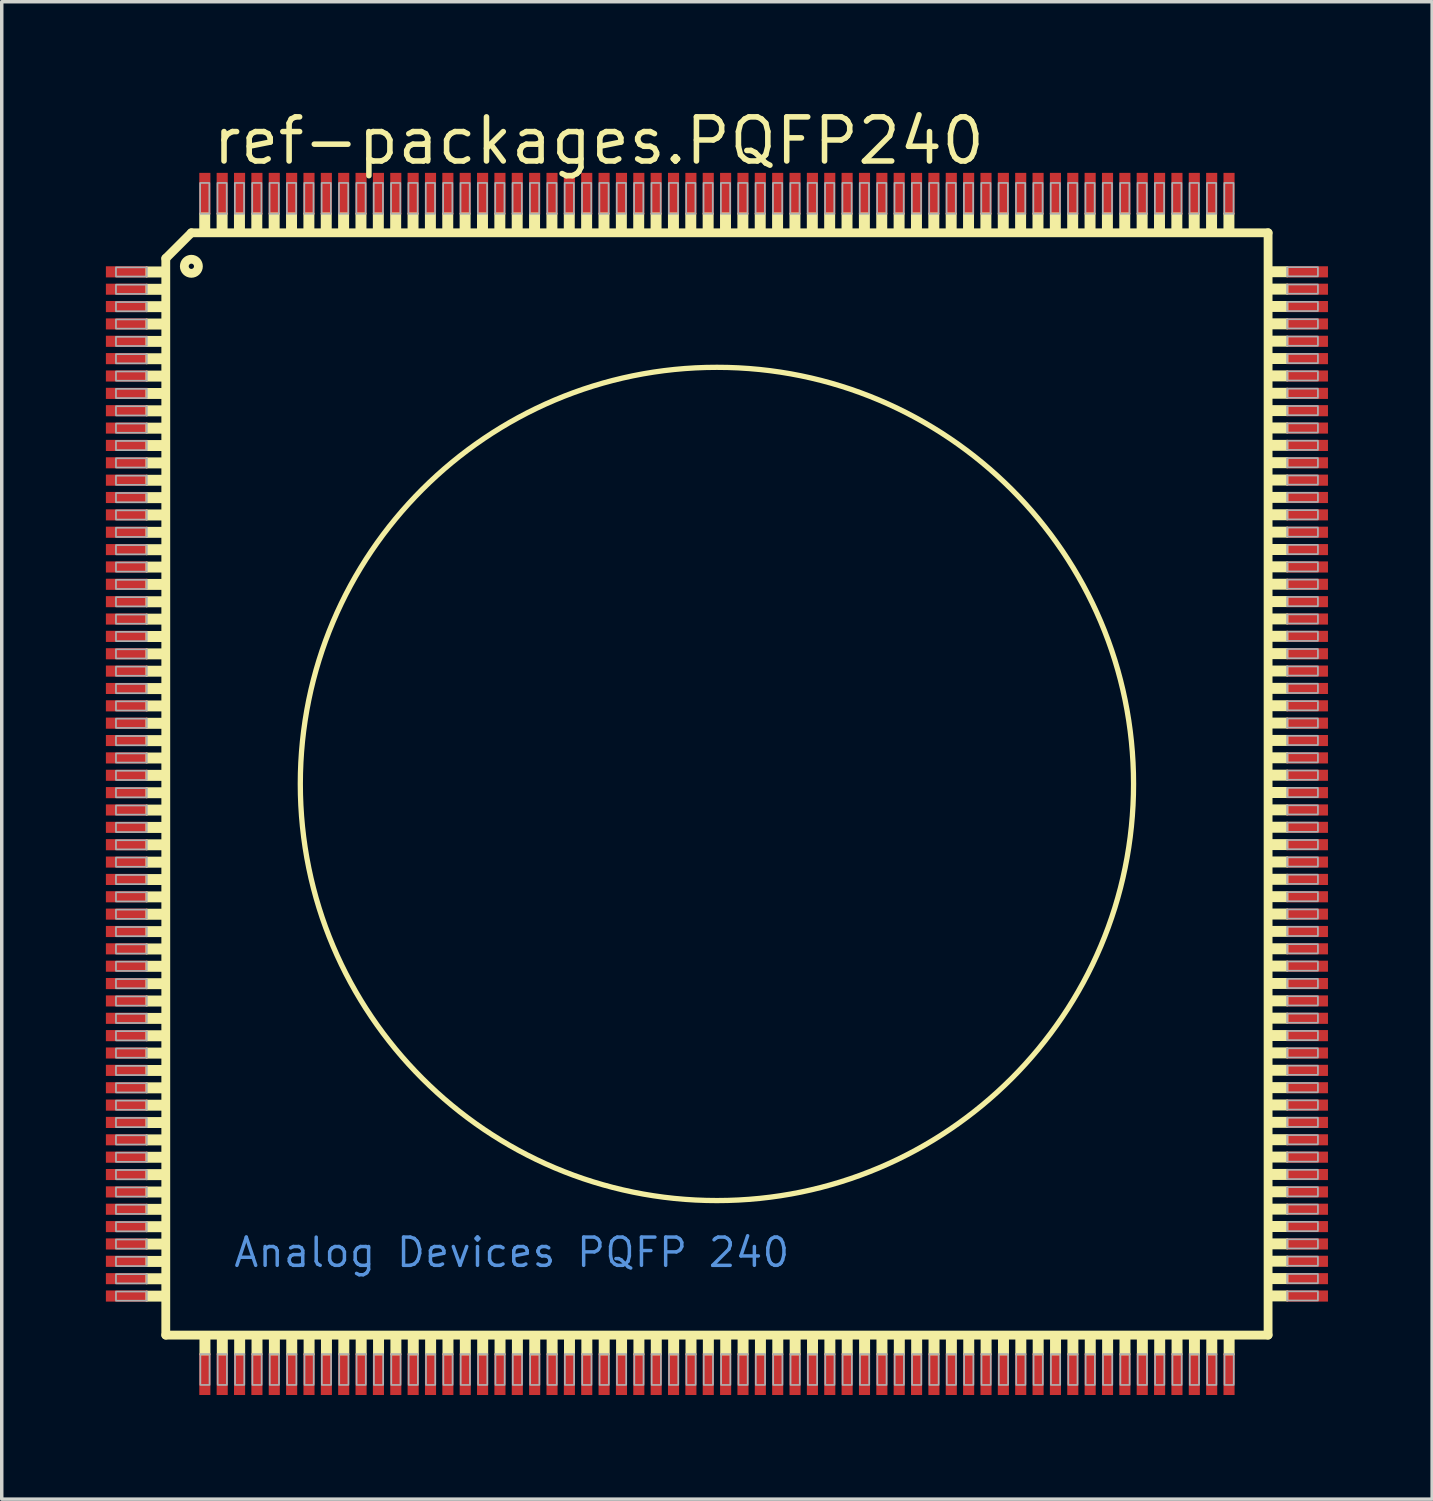
<source format=kicad_pcb>
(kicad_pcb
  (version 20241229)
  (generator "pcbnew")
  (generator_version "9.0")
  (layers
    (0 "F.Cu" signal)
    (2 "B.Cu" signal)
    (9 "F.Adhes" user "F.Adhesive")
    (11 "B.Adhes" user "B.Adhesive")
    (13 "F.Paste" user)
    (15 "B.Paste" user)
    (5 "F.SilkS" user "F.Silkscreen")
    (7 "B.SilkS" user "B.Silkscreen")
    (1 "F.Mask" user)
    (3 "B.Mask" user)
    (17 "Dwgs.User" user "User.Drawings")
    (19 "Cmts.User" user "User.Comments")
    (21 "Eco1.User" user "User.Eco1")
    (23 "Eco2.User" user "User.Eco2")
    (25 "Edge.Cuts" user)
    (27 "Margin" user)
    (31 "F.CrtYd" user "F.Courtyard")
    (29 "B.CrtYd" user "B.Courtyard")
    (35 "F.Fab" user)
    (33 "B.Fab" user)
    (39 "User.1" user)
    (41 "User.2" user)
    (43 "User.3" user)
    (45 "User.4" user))
  (footprint "ref-packages.PQFP240"
    (layer "F.Cu")
    (at 17.6 19.53)
    (property "Reference" "ref-packages.PQFP240" (at -14.605 -17.78 0) (layer "F.SilkS") (effects (font (size 1.27 1.27) (thickness 0.16)) (justify left bottom)))
    (attr smd)
    (fp_line (start -15.875 -15.138) (end -15.138 -15.875) (stroke (width 0.254) (type default)) (layer "F.SilkS"))
    (fp_line (start -15.875 15.875) (end -15.875 -15.138) (stroke (width 0.254) (type default)) (layer "F.SilkS"))
    (fp_line (start -15.138 -15.875) (end 15.875 -15.875) (stroke (width 0.254) (type default)) (layer "F.SilkS"))
    (fp_line (start 15.875 -15.875) (end 15.875 15.875) (stroke (width 0.254) (type default)) (layer "F.SilkS"))
    (fp_line (start 15.875 15.875) (end -15.875 15.875) (stroke (width 0.254) (type default)) (layer "F.SilkS"))
    (fp_rect (start -16.434 -14.614) (end -15.989 -14.88) (stroke (width 0.05) (type default)) (fill yes) (layer "F.SilkS"))
    (fp_rect (start -16.434 -14.114) (end -15.989 -14.38) (stroke (width 0.05) (type default)) (fill yes) (layer "F.SilkS"))
    (fp_rect (start -16.434 -13.614) (end -15.989 -13.88) (stroke (width 0.05) (type default)) (fill yes) (layer "F.SilkS"))
    (fp_rect (start -16.434 -13.114) (end -15.989 -13.38) (stroke (width 0.05) (type default)) (fill yes) (layer "F.SilkS"))
    (fp_rect (start -16.434 -12.614) (end -15.989 -12.88) (stroke (width 0.05) (type default)) (fill yes) (layer "F.SilkS"))
    (fp_rect (start -16.434 -12.114) (end -15.989 -12.38) (stroke (width 0.05) (type default)) (fill yes) (layer "F.SilkS"))
    (fp_rect (start -16.434 -11.614) (end -15.989 -11.88) (stroke (width 0.05) (type default)) (fill yes) (layer "F.SilkS"))
    (fp_rect (start -16.434 -11.114) (end -15.989 -11.38) (stroke (width 0.05) (type default)) (fill yes) (layer "F.SilkS"))
    (fp_rect (start -16.434 -10.614) (end -15.989 -10.88) (stroke (width 0.05) (type default)) (fill yes) (layer "F.SilkS"))
    (fp_rect (start -16.434 -10.114) (end -15.989 -10.38) (stroke (width 0.05) (type default)) (fill yes) (layer "F.SilkS"))
    (fp_rect (start -16.434 -9.614) (end -15.989 -9.88) (stroke (width 0.05) (type default)) (fill yes) (layer "F.SilkS"))
    (fp_rect (start -16.434 -9.114) (end -15.989 -9.38) (stroke (width 0.05) (type default)) (fill yes) (layer "F.SilkS"))
    (fp_rect (start -16.434 -8.614) (end -15.989 -8.88) (stroke (width 0.05) (type default)) (fill yes) (layer "F.SilkS"))
    (fp_rect (start -16.434 -8.114) (end -15.989 -8.38) (stroke (width 0.05) (type default)) (fill yes) (layer "F.SilkS"))
    (fp_rect (start -16.434 -7.614) (end -15.989 -7.88) (stroke (width 0.05) (type default)) (fill yes) (layer "F.SilkS"))
    (fp_rect (start -16.434 -7.114) (end -15.989 -7.38) (stroke (width 0.05) (type default)) (fill yes) (layer "F.SilkS"))
    (fp_rect (start -16.434 -6.614) (end -15.989 -6.88) (stroke (width 0.05) (type default)) (fill yes) (layer "F.SilkS"))
    (fp_rect (start -16.434 -6.114) (end -15.989 -6.38) (stroke (width 0.05) (type default)) (fill yes) (layer "F.SilkS"))
    (fp_rect (start -16.434 -5.614) (end -15.989 -5.88) (stroke (width 0.05) (type default)) (fill yes) (layer "F.SilkS"))
    (fp_rect (start -16.434 -5.114) (end -15.989 -5.38) (stroke (width 0.05) (type default)) (fill yes) (layer "F.SilkS"))
    (fp_rect (start -16.434 -4.614) (end -15.989 -4.88) (stroke (width 0.05) (type default)) (fill yes) (layer "F.SilkS"))
    (fp_rect (start -16.434 -4.114) (end -15.989 -4.38) (stroke (width 0.05) (type default)) (fill yes) (layer "F.SilkS"))
    (fp_rect (start -16.434 -3.614) (end -15.989 -3.88) (stroke (width 0.05) (type default)) (fill yes) (layer "F.SilkS"))
    (fp_rect (start -16.434 -3.114) (end -15.989 -3.38) (stroke (width 0.05) (type default)) (fill yes) (layer "F.SilkS"))
    (fp_rect (start -16.434 -2.614) (end -15.989 -2.88) (stroke (width 0.05) (type default)) (fill yes) (layer "F.SilkS"))
    (fp_rect (start -16.434 -2.114) (end -15.989 -2.38) (stroke (width 0.05) (type default)) (fill yes) (layer "F.SilkS"))
    (fp_rect (start -16.434 -1.614) (end -15.989 -1.88) (stroke (width 0.05) (type default)) (fill yes) (layer "F.SilkS"))
    (fp_rect (start -16.434 -1.114) (end -15.989 -1.38) (stroke (width 0.05) (type default)) (fill yes) (layer "F.SilkS"))
    (fp_rect (start -16.434 -0.614) (end -15.989 -0.88) (stroke (width 0.05) (type default)) (fill yes) (layer "F.SilkS"))
    (fp_rect (start -16.434 -0.114) (end -15.989 -0.38) (stroke (width 0.05) (type default)) (fill yes) (layer "F.SilkS"))
    (fp_rect (start -16.434 0.386) (end -15.989 0.12) (stroke (width 0.05) (type default)) (fill yes) (layer "F.SilkS"))
    (fp_rect (start -16.434 0.886) (end -15.989 0.62) (stroke (width 0.05) (type default)) (fill yes) (layer "F.SilkS"))
    (fp_rect (start -16.434 1.386) (end -15.989 1.12) (stroke (width 0.05) (type default)) (fill yes) (layer "F.SilkS"))
    (fp_rect (start -16.434 1.886) (end -15.989 1.62) (stroke (width 0.05) (type default)) (fill yes) (layer "F.SilkS"))
    (fp_rect (start -16.434 2.386) (end -15.989 2.12) (stroke (width 0.05) (type default)) (fill yes) (layer "F.SilkS"))
    (fp_rect (start -16.434 2.886) (end -15.989 2.62) (stroke (width 0.05) (type default)) (fill yes) (layer "F.SilkS"))
    (fp_rect (start -16.434 3.386) (end -15.989 3.12) (stroke (width 0.05) (type default)) (fill yes) (layer "F.SilkS"))
    (fp_rect (start -16.434 3.886) (end -15.989 3.62) (stroke (width 0.05) (type default)) (fill yes) (layer "F.SilkS"))
    (fp_rect (start -16.434 4.386) (end -15.989 4.12) (stroke (width 0.05) (type default)) (fill yes) (layer "F.SilkS"))
    (fp_rect (start -16.434 4.886) (end -15.989 4.62) (stroke (width 0.05) (type default)) (fill yes) (layer "F.SilkS"))
    (fp_rect (start -16.434 5.386) (end -15.989 5.12) (stroke (width 0.05) (type default)) (fill yes) (layer "F.SilkS"))
    (fp_rect (start -16.434 5.886) (end -15.989 5.62) (stroke (width 0.05) (type default)) (fill yes) (layer "F.SilkS"))
    (fp_rect (start -16.434 6.386) (end -15.989 6.12) (stroke (width 0.05) (type default)) (fill yes) (layer "F.SilkS"))
    (fp_rect (start -16.434 6.886) (end -15.989 6.62) (stroke (width 0.05) (type default)) (fill yes) (layer "F.SilkS"))
    (fp_rect (start -16.434 7.386) (end -15.989 7.12) (stroke (width 0.05) (type default)) (fill yes) (layer "F.SilkS"))
    (fp_rect (start -16.434 7.886) (end -15.989 7.62) (stroke (width 0.05) (type default)) (fill yes) (layer "F.SilkS"))
    (fp_rect (start -16.434 8.386) (end -15.989 8.12) (stroke (width 0.05) (type default)) (fill yes) (layer "F.SilkS"))
    (fp_rect (start -16.434 8.886) (end -15.989 8.62) (stroke (width 0.05) (type default)) (fill yes) (layer "F.SilkS"))
    (fp_rect (start -16.434 9.386) (end -15.989 9.12) (stroke (width 0.05) (type default)) (fill yes) (layer "F.SilkS"))
    (fp_rect (start -16.434 9.886) (end -15.989 9.62) (stroke (width 0.05) (type default)) (fill yes) (layer "F.SilkS"))
    (fp_rect (start -16.434 10.386) (end -15.989 10.12) (stroke (width 0.05) (type default)) (fill yes) (layer "F.SilkS"))
    (fp_rect (start -16.434 10.886) (end -15.989 10.62) (stroke (width 0.05) (type default)) (fill yes) (layer "F.SilkS"))
    (fp_rect (start -16.434 11.386) (end -15.989 11.12) (stroke (width 0.05) (type default)) (fill yes) (layer "F.SilkS"))
    (fp_rect (start -16.434 11.886) (end -15.989 11.62) (stroke (width 0.05) (type default)) (fill yes) (layer "F.SilkS"))
    (fp_rect (start -16.434 12.386) (end -15.989 12.12) (stroke (width 0.05) (type default)) (fill yes) (layer "F.SilkS"))
    (fp_rect (start -16.434 12.886) (end -15.989 12.62) (stroke (width 0.05) (type default)) (fill yes) (layer "F.SilkS"))
    (fp_rect (start -16.434 13.386) (end -15.989 13.12) (stroke (width 0.05) (type default)) (fill yes) (layer "F.SilkS"))
    (fp_rect (start -16.434 13.886) (end -15.989 13.62) (stroke (width 0.05) (type default)) (fill yes) (layer "F.SilkS"))
    (fp_rect (start -16.434 14.386) (end -15.989 14.12) (stroke (width 0.05) (type default)) (fill yes) (layer "F.SilkS"))
    (fp_rect (start -16.434 14.886) (end -15.989 14.62) (stroke (width 0.05) (type default)) (fill yes) (layer "F.SilkS"))
    (fp_rect (start -14.886 -15.989) (end -14.62 -16.434) (stroke (width 0.05) (type default)) (fill yes) (layer "F.SilkS"))
    (fp_rect (start -14.88 16.434) (end -14.614 15.989) (stroke (width 0.05) (type default)) (fill yes) (layer "F.SilkS"))
    (fp_rect (start -14.386 -15.989) (end -14.12 -16.434) (stroke (width 0.05) (type default)) (fill yes) (layer "F.SilkS"))
    (fp_rect (start -14.38 16.434) (end -14.114 15.989) (stroke (width 0.05) (type default)) (fill yes) (layer "F.SilkS"))
    (fp_rect (start -13.886 -15.989) (end -13.62 -16.434) (stroke (width 0.05) (type default)) (fill yes) (layer "F.SilkS"))
    (fp_rect (start -13.88 16.434) (end -13.614 15.989) (stroke (width 0.05) (type default)) (fill yes) (layer "F.SilkS"))
    (fp_rect (start -13.386 -15.989) (end -13.12 -16.434) (stroke (width 0.05) (type default)) (fill yes) (layer "F.SilkS"))
    (fp_rect (start -13.38 16.434) (end -13.114 15.989) (stroke (width 0.05) (type default)) (fill yes) (layer "F.SilkS"))
    (fp_rect (start -12.886 -15.989) (end -12.62 -16.434) (stroke (width 0.05) (type default)) (fill yes) (layer "F.SilkS"))
    (fp_rect (start -12.88 16.434) (end -12.614 15.989) (stroke (width 0.05) (type default)) (fill yes) (layer "F.SilkS"))
    (fp_rect (start -12.386 -15.989) (end -12.12 -16.434) (stroke (width 0.05) (type default)) (fill yes) (layer "F.SilkS"))
    (fp_rect (start -12.38 16.434) (end -12.114 15.989) (stroke (width 0.05) (type default)) (fill yes) (layer "F.SilkS"))
    (fp_rect (start -11.886 -15.989) (end -11.62 -16.434) (stroke (width 0.05) (type default)) (fill yes) (layer "F.SilkS"))
    (fp_rect (start -11.88 16.434) (end -11.614 15.989) (stroke (width 0.05) (type default)) (fill yes) (layer "F.SilkS"))
    (fp_rect (start -11.386 -15.989) (end -11.12 -16.434) (stroke (width 0.05) (type default)) (fill yes) (layer "F.SilkS"))
    (fp_rect (start -11.38 16.434) (end -11.114 15.989) (stroke (width 0.05) (type default)) (fill yes) (layer "F.SilkS"))
    (fp_rect (start -10.886 -15.989) (end -10.62 -16.434) (stroke (width 0.05) (type default)) (fill yes) (layer "F.SilkS"))
    (fp_rect (start -10.88 16.434) (end -10.614 15.989) (stroke (width 0.05) (type default)) (fill yes) (layer "F.SilkS"))
    (fp_rect (start -10.386 -15.989) (end -10.12 -16.434) (stroke (width 0.05) (type default)) (fill yes) (layer "F.SilkS"))
    (fp_rect (start -10.38 16.434) (end -10.114 15.989) (stroke (width 0.05) (type default)) (fill yes) (layer "F.SilkS"))
    (fp_rect (start -9.886 -15.989) (end -9.62 -16.434) (stroke (width 0.05) (type default)) (fill yes) (layer "F.SilkS"))
    (fp_rect (start -9.88 16.434) (end -9.614 15.989) (stroke (width 0.05) (type default)) (fill yes) (layer "F.SilkS"))
    (fp_rect (start -9.386 -15.989) (end -9.12 -16.434) (stroke (width 0.05) (type default)) (fill yes) (layer "F.SilkS"))
    (fp_rect (start -9.38 16.434) (end -9.114 15.989) (stroke (width 0.05) (type default)) (fill yes) (layer "F.SilkS"))
    (fp_rect (start -8.886 -15.989) (end -8.62 -16.434) (stroke (width 0.05) (type default)) (fill yes) (layer "F.SilkS"))
    (fp_rect (start -8.88 16.434) (end -8.614 15.989) (stroke (width 0.05) (type default)) (fill yes) (layer "F.SilkS"))
    (fp_rect (start -8.386 -15.989) (end -8.12 -16.434) (stroke (width 0.05) (type default)) (fill yes) (layer "F.SilkS"))
    (fp_rect (start -8.38 16.434) (end -8.114 15.989) (stroke (width 0.05) (type default)) (fill yes) (layer "F.SilkS"))
    (fp_rect (start -7.886 -15.989) (end -7.62 -16.434) (stroke (width 0.05) (type default)) (fill yes) (layer "F.SilkS"))
    (fp_rect (start -7.88 16.434) (end -7.614 15.989) (stroke (width 0.05) (type default)) (fill yes) (layer "F.SilkS"))
    (fp_rect (start -7.386 -15.989) (end -7.12 -16.434) (stroke (width 0.05) (type default)) (fill yes) (layer "F.SilkS"))
    (fp_rect (start -7.38 16.434) (end -7.114 15.989) (stroke (width 0.05) (type default)) (fill yes) (layer "F.SilkS"))
    (fp_rect (start -6.886 -15.989) (end -6.62 -16.434) (stroke (width 0.05) (type default)) (fill yes) (layer "F.SilkS"))
    (fp_rect (start -6.88 16.434) (end -6.614 15.989) (stroke (width 0.05) (type default)) (fill yes) (layer "F.SilkS"))
    (fp_rect (start -6.386 -15.989) (end -6.12 -16.434) (stroke (width 0.05) (type default)) (fill yes) (layer "F.SilkS"))
    (fp_rect (start -6.38 16.434) (end -6.114 15.989) (stroke (width 0.05) (type default)) (fill yes) (layer "F.SilkS"))
    (fp_rect (start -5.886 -15.989) (end -5.62 -16.434) (stroke (width 0.05) (type default)) (fill yes) (layer "F.SilkS"))
    (fp_rect (start -5.88 16.434) (end -5.614 15.989) (stroke (width 0.05) (type default)) (fill yes) (layer "F.SilkS"))
    (fp_rect (start -5.386 -15.989) (end -5.12 -16.434) (stroke (width 0.05) (type default)) (fill yes) (layer "F.SilkS"))
    (fp_rect (start -5.38 16.434) (end -5.114 15.989) (stroke (width 0.05) (type default)) (fill yes) (layer "F.SilkS"))
    (fp_rect (start -4.886 -15.989) (end -4.62 -16.434) (stroke (width 0.05) (type default)) (fill yes) (layer "F.SilkS"))
    (fp_rect (start -4.88 16.434) (end -4.614 15.989) (stroke (width 0.05) (type default)) (fill yes) (layer "F.SilkS"))
    (fp_rect (start -4.386 -15.989) (end -4.12 -16.434) (stroke (width 0.05) (type default)) (fill yes) (layer "F.SilkS"))
    (fp_rect (start -4.38 16.434) (end -4.114 15.989) (stroke (width 0.05) (type default)) (fill yes) (layer "F.SilkS"))
    (fp_rect (start -3.886 -15.989) (end -3.62 -16.434) (stroke (width 0.05) (type default)) (fill yes) (layer "F.SilkS"))
    (fp_rect (start -3.88 16.434) (end -3.614 15.989) (stroke (width 0.05) (type default)) (fill yes) (layer "F.SilkS"))
    (fp_rect (start -3.386 -15.989) (end -3.12 -16.434) (stroke (width 0.05) (type default)) (fill yes) (layer "F.SilkS"))
    (fp_rect (start -3.38 16.434) (end -3.114 15.989) (stroke (width 0.05) (type default)) (fill yes) (layer "F.SilkS"))
    (fp_rect (start -2.886 -15.989) (end -2.62 -16.434) (stroke (width 0.05) (type default)) (fill yes) (layer "F.SilkS"))
    (fp_rect (start -2.88 16.434) (end -2.614 15.989) (stroke (width 0.05) (type default)) (fill yes) (layer "F.SilkS"))
    (fp_rect (start -2.386 -15.989) (end -2.12 -16.434) (stroke (width 0.05) (type default)) (fill yes) (layer "F.SilkS"))
    (fp_rect (start -2.38 16.434) (end -2.114 15.989) (stroke (width 0.05) (type default)) (fill yes) (layer "F.SilkS"))
    (fp_rect (start -1.886 -15.989) (end -1.62 -16.434) (stroke (width 0.05) (type default)) (fill yes) (layer "F.SilkS"))
    (fp_rect (start -1.88 16.434) (end -1.614 15.989) (stroke (width 0.05) (type default)) (fill yes) (layer "F.SilkS"))
    (fp_rect (start -1.386 -15.989) (end -1.12 -16.434) (stroke (width 0.05) (type default)) (fill yes) (layer "F.SilkS"))
    (fp_rect (start -1.38 16.434) (end -1.114 15.989) (stroke (width 0.05) (type default)) (fill yes) (layer "F.SilkS"))
    (fp_rect (start -0.886 -15.989) (end -0.62 -16.434) (stroke (width 0.05) (type default)) (fill yes) (layer "F.SilkS"))
    (fp_rect (start -0.88 16.434) (end -0.614 15.989) (stroke (width 0.05) (type default)) (fill yes) (layer "F.SilkS"))
    (fp_rect (start -0.386 -15.989) (end -0.12 -16.434) (stroke (width 0.05) (type default)) (fill yes) (layer "F.SilkS"))
    (fp_rect (start -0.38 16.434) (end -0.114 15.989) (stroke (width 0.05) (type default)) (fill yes) (layer "F.SilkS"))
    (fp_rect (start 0.114 -15.989) (end 0.38 -16.434) (stroke (width 0.05) (type default)) (fill yes) (layer "F.SilkS"))
    (fp_rect (start 0.12 16.434) (end 0.386 15.989) (stroke (width 0.05) (type default)) (fill yes) (layer "F.SilkS"))
    (fp_rect (start 0.614 -15.989) (end 0.88 -16.434) (stroke (width 0.05) (type default)) (fill yes) (layer "F.SilkS"))
    (fp_rect (start 0.62 16.434) (end 0.886 15.989) (stroke (width 0.05) (type default)) (fill yes) (layer "F.SilkS"))
    (fp_rect (start 1.114 -15.989) (end 1.38 -16.434) (stroke (width 0.05) (type default)) (fill yes) (layer "F.SilkS"))
    (fp_rect (start 1.12 16.434) (end 1.386 15.989) (stroke (width 0.05) (type default)) (fill yes) (layer "F.SilkS"))
    (fp_rect (start 1.614 -15.989) (end 1.88 -16.434) (stroke (width 0.05) (type default)) (fill yes) (layer "F.SilkS"))
    (fp_rect (start 1.62 16.434) (end 1.886 15.989) (stroke (width 0.05) (type default)) (fill yes) (layer "F.SilkS"))
    (fp_rect (start 2.114 -15.989) (end 2.38 -16.434) (stroke (width 0.05) (type default)) (fill yes) (layer "F.SilkS"))
    (fp_rect (start 2.12 16.434) (end 2.386 15.989) (stroke (width 0.05) (type default)) (fill yes) (layer "F.SilkS"))
    (fp_rect (start 2.614 -15.989) (end 2.88 -16.434) (stroke (width 0.05) (type default)) (fill yes) (layer "F.SilkS"))
    (fp_rect (start 2.62 16.434) (end 2.886 15.989) (stroke (width 0.05) (type default)) (fill yes) (layer "F.SilkS"))
    (fp_rect (start 3.114 -15.989) (end 3.38 -16.434) (stroke (width 0.05) (type default)) (fill yes) (layer "F.SilkS"))
    (fp_rect (start 3.12 16.434) (end 3.386 15.989) (stroke (width 0.05) (type default)) (fill yes) (layer "F.SilkS"))
    (fp_rect (start 3.614 -15.989) (end 3.88 -16.434) (stroke (width 0.05) (type default)) (fill yes) (layer "F.SilkS"))
    (fp_rect (start 3.62 16.434) (end 3.886 15.989) (stroke (width 0.05) (type default)) (fill yes) (layer "F.SilkS"))
    (fp_rect (start 4.114 -15.989) (end 4.38 -16.434) (stroke (width 0.05) (type default)) (fill yes) (layer "F.SilkS"))
    (fp_rect (start 4.12 16.434) (end 4.386 15.989) (stroke (width 0.05) (type default)) (fill yes) (layer "F.SilkS"))
    (fp_rect (start 4.614 -15.989) (end 4.88 -16.434) (stroke (width 0.05) (type default)) (fill yes) (layer "F.SilkS"))
    (fp_rect (start 4.62 16.434) (end 4.886 15.989) (stroke (width 0.05) (type default)) (fill yes) (layer "F.SilkS"))
    (fp_rect (start 5.114 -15.989) (end 5.38 -16.434) (stroke (width 0.05) (type default)) (fill yes) (layer "F.SilkS"))
    (fp_rect (start 5.12 16.434) (end 5.386 15.989) (stroke (width 0.05) (type default)) (fill yes) (layer "F.SilkS"))
    (fp_rect (start 5.614 -15.989) (end 5.88 -16.434) (stroke (width 0.05) (type default)) (fill yes) (layer "F.SilkS"))
    (fp_rect (start 5.62 16.434) (end 5.886 15.989) (stroke (width 0.05) (type default)) (fill yes) (layer "F.SilkS"))
    (fp_rect (start 6.114 -15.989) (end 6.38 -16.434) (stroke (width 0.05) (type default)) (fill yes) (layer "F.SilkS"))
    (fp_rect (start 6.12 16.434) (end 6.386 15.989) (stroke (width 0.05) (type default)) (fill yes) (layer "F.SilkS"))
    (fp_rect (start 6.614 -15.989) (end 6.88 -16.434) (stroke (width 0.05) (type default)) (fill yes) (layer "F.SilkS"))
    (fp_rect (start 6.62 16.434) (end 6.886 15.989) (stroke (width 0.05) (type default)) (fill yes) (layer "F.SilkS"))
    (fp_rect (start 7.114 -15.989) (end 7.38 -16.434) (stroke (width 0.05) (type default)) (fill yes) (layer "F.SilkS"))
    (fp_rect (start 7.12 16.434) (end 7.386 15.989) (stroke (width 0.05) (type default)) (fill yes) (layer "F.SilkS"))
    (fp_rect (start 7.614 -15.989) (end 7.88 -16.434) (stroke (width 0.05) (type default)) (fill yes) (layer "F.SilkS"))
    (fp_rect (start 7.62 16.434) (end 7.886 15.989) (stroke (width 0.05) (type default)) (fill yes) (layer "F.SilkS"))
    (fp_rect (start 8.114 -15.989) (end 8.38 -16.434) (stroke (width 0.05) (type default)) (fill yes) (layer "F.SilkS"))
    (fp_rect (start 8.12 16.434) (end 8.386 15.989) (stroke (width 0.05) (type default)) (fill yes) (layer "F.SilkS"))
    (fp_rect (start 8.614 -15.989) (end 8.88 -16.434) (stroke (width 0.05) (type default)) (fill yes) (layer "F.SilkS"))
    (fp_rect (start 8.62 16.434) (end 8.886 15.989) (stroke (width 0.05) (type default)) (fill yes) (layer "F.SilkS"))
    (fp_rect (start 9.114 -15.989) (end 9.38 -16.434) (stroke (width 0.05) (type default)) (fill yes) (layer "F.SilkS"))
    (fp_rect (start 9.12 16.434) (end 9.386 15.989) (stroke (width 0.05) (type default)) (fill yes) (layer "F.SilkS"))
    (fp_rect (start 9.614 -15.989) (end 9.88 -16.434) (stroke (width 0.05) (type default)) (fill yes) (layer "F.SilkS"))
    (fp_rect (start 9.62 16.434) (end 9.886 15.989) (stroke (width 0.05) (type default)) (fill yes) (layer "F.SilkS"))
    (fp_rect (start 10.114 -15.989) (end 10.38 -16.434) (stroke (width 0.05) (type default)) (fill yes) (layer "F.SilkS"))
    (fp_rect (start 10.12 16.434) (end 10.386 15.989) (stroke (width 0.05) (type default)) (fill yes) (layer "F.SilkS"))
    (fp_rect (start 10.614 -15.989) (end 10.88 -16.434) (stroke (width 0.05) (type default)) (fill yes) (layer "F.SilkS"))
    (fp_rect (start 10.62 16.434) (end 10.886 15.989) (stroke (width 0.05) (type default)) (fill yes) (layer "F.SilkS"))
    (fp_rect (start 11.114 -15.989) (end 11.38 -16.434) (stroke (width 0.05) (type default)) (fill yes) (layer "F.SilkS"))
    (fp_rect (start 11.12 16.434) (end 11.386 15.989) (stroke (width 0.05) (type default)) (fill yes) (layer "F.SilkS"))
    (fp_rect (start 11.614 -15.989) (end 11.88 -16.434) (stroke (width 0.05) (type default)) (fill yes) (layer "F.SilkS"))
    (fp_rect (start 11.62 16.434) (end 11.886 15.989) (stroke (width 0.05) (type default)) (fill yes) (layer "F.SilkS"))
    (fp_rect (start 12.114 -15.989) (end 12.38 -16.434) (stroke (width 0.05) (type default)) (fill yes) (layer "F.SilkS"))
    (fp_rect (start 12.12 16.434) (end 12.386 15.989) (stroke (width 0.05) (type default)) (fill yes) (layer "F.SilkS"))
    (fp_rect (start 12.614 -15.989) (end 12.88 -16.434) (stroke (width 0.05) (type default)) (fill yes) (layer "F.SilkS"))
    (fp_rect (start 12.62 16.434) (end 12.886 15.989) (stroke (width 0.05) (type default)) (fill yes) (layer "F.SilkS"))
    (fp_rect (start 13.114 -15.989) (end 13.38 -16.434) (stroke (width 0.05) (type default)) (fill yes) (layer "F.SilkS"))
    (fp_rect (start 13.12 16.434) (end 13.386 15.989) (stroke (width 0.05) (type default)) (fill yes) (layer "F.SilkS"))
    (fp_rect (start 13.614 -15.989) (end 13.88 -16.434) (stroke (width 0.05) (type default)) (fill yes) (layer "F.SilkS"))
    (fp_rect (start 13.62 16.434) (end 13.886 15.989) (stroke (width 0.05) (type default)) (fill yes) (layer "F.SilkS"))
    (fp_rect (start 14.114 -15.989) (end 14.38 -16.434) (stroke (width 0.05) (type default)) (fill yes) (layer "F.SilkS"))
    (fp_rect (start 14.12 16.434) (end 14.386 15.989) (stroke (width 0.05) (type default)) (fill yes) (layer "F.SilkS"))
    (fp_rect (start 14.614 -15.989) (end 14.88 -16.434) (stroke (width 0.05) (type default)) (fill yes) (layer "F.SilkS"))
    (fp_rect (start 14.62 16.434) (end 14.886 15.989) (stroke (width 0.05) (type default)) (fill yes) (layer "F.SilkS"))
    (fp_rect (start 15.989 -14.62) (end 16.434 -14.886) (stroke (width 0.05) (type default)) (fill yes) (layer "F.SilkS"))
    (fp_rect (start 15.989 -14.12) (end 16.434 -14.386) (stroke (width 0.05) (type default)) (fill yes) (layer "F.SilkS"))
    (fp_rect (start 15.989 -13.62) (end 16.434 -13.886) (stroke (width 0.05) (type default)) (fill yes) (layer "F.SilkS"))
    (fp_rect (start 15.989 -13.12) (end 16.434 -13.386) (stroke (width 0.05) (type default)) (fill yes) (layer "F.SilkS"))
    (fp_rect (start 15.989 -12.62) (end 16.434 -12.886) (stroke (width 0.05) (type default)) (fill yes) (layer "F.SilkS"))
    (fp_rect (start 15.989 -12.12) (end 16.434 -12.386) (stroke (width 0.05) (type default)) (fill yes) (layer "F.SilkS"))
    (fp_rect (start 15.989 -11.62) (end 16.434 -11.886) (stroke (width 0.05) (type default)) (fill yes) (layer "F.SilkS"))
    (fp_rect (start 15.989 -11.12) (end 16.434 -11.386) (stroke (width 0.05) (type default)) (fill yes) (layer "F.SilkS"))
    (fp_rect (start 15.989 -10.62) (end 16.434 -10.886) (stroke (width 0.05) (type default)) (fill yes) (layer "F.SilkS"))
    (fp_rect (start 15.989 -10.12) (end 16.434 -10.386) (stroke (width 0.05) (type default)) (fill yes) (layer "F.SilkS"))
    (fp_rect (start 15.989 -9.62) (end 16.434 -9.886) (stroke (width 0.05) (type default)) (fill yes) (layer "F.SilkS"))
    (fp_rect (start 15.989 -9.12) (end 16.434 -9.386) (stroke (width 0.05) (type default)) (fill yes) (layer "F.SilkS"))
    (fp_rect (start 15.989 -8.62) (end 16.434 -8.886) (stroke (width 0.05) (type default)) (fill yes) (layer "F.SilkS"))
    (fp_rect (start 15.989 -8.12) (end 16.434 -8.386) (stroke (width 0.05) (type default)) (fill yes) (layer "F.SilkS"))
    (fp_rect (start 15.989 -7.62) (end 16.434 -7.886) (stroke (width 0.05) (type default)) (fill yes) (layer "F.SilkS"))
    (fp_rect (start 15.989 -7.12) (end 16.434 -7.386) (stroke (width 0.05) (type default)) (fill yes) (layer "F.SilkS"))
    (fp_rect (start 15.989 -6.62) (end 16.434 -6.886) (stroke (width 0.05) (type default)) (fill yes) (layer "F.SilkS"))
    (fp_rect (start 15.989 -6.12) (end 16.434 -6.386) (stroke (width 0.05) (type default)) (fill yes) (layer "F.SilkS"))
    (fp_rect (start 15.989 -5.62) (end 16.434 -5.886) (stroke (width 0.05) (type default)) (fill yes) (layer "F.SilkS"))
    (fp_rect (start 15.989 -5.12) (end 16.434 -5.386) (stroke (width 0.05) (type default)) (fill yes) (layer "F.SilkS"))
    (fp_rect (start 15.989 -4.62) (end 16.434 -4.886) (stroke (width 0.05) (type default)) (fill yes) (layer "F.SilkS"))
    (fp_rect (start 15.989 -4.12) (end 16.434 -4.386) (stroke (width 0.05) (type default)) (fill yes) (layer "F.SilkS"))
    (fp_rect (start 15.989 -3.62) (end 16.434 -3.886) (stroke (width 0.05) (type default)) (fill yes) (layer "F.SilkS"))
    (fp_rect (start 15.989 -3.12) (end 16.434 -3.386) (stroke (width 0.05) (type default)) (fill yes) (layer "F.SilkS"))
    (fp_rect (start 15.989 -2.62) (end 16.434 -2.886) (stroke (width 0.05) (type default)) (fill yes) (layer "F.SilkS"))
    (fp_rect (start 15.989 -2.12) (end 16.434 -2.386) (stroke (width 0.05) (type default)) (fill yes) (layer "F.SilkS"))
    (fp_rect (start 15.989 -1.62) (end 16.434 -1.886) (stroke (width 0.05) (type default)) (fill yes) (layer "F.SilkS"))
    (fp_rect (start 15.989 -1.12) (end 16.434 -1.386) (stroke (width 0.05) (type default)) (fill yes) (layer "F.SilkS"))
    (fp_rect (start 15.989 -0.62) (end 16.434 -0.886) (stroke (width 0.05) (type default)) (fill yes) (layer "F.SilkS"))
    (fp_rect (start 15.989 -0.12) (end 16.434 -0.386) (stroke (width 0.05) (type default)) (fill yes) (layer "F.SilkS"))
    (fp_rect (start 15.989 0.38) (end 16.434 0.114) (stroke (width 0.05) (type default)) (fill yes) (layer "F.SilkS"))
    (fp_rect (start 15.989 0.88) (end 16.434 0.614) (stroke (width 0.05) (type default)) (fill yes) (layer "F.SilkS"))
    (fp_rect (start 15.989 1.38) (end 16.434 1.114) (stroke (width 0.05) (type default)) (fill yes) (layer "F.SilkS"))
    (fp_rect (start 15.989 1.88) (end 16.434 1.614) (stroke (width 0.05) (type default)) (fill yes) (layer "F.SilkS"))
    (fp_rect (start 15.989 2.38) (end 16.434 2.114) (stroke (width 0.05) (type default)) (fill yes) (layer "F.SilkS"))
    (fp_rect (start 15.989 2.88) (end 16.434 2.614) (stroke (width 0.05) (type default)) (fill yes) (layer "F.SilkS"))
    (fp_rect (start 15.989 3.38) (end 16.434 3.114) (stroke (width 0.05) (type default)) (fill yes) (layer "F.SilkS"))
    (fp_rect (start 15.989 3.88) (end 16.434 3.614) (stroke (width 0.05) (type default)) (fill yes) (layer "F.SilkS"))
    (fp_rect (start 15.989 4.38) (end 16.434 4.114) (stroke (width 0.05) (type default)) (fill yes) (layer "F.SilkS"))
    (fp_rect (start 15.989 4.88) (end 16.434 4.614) (stroke (width 0.05) (type default)) (fill yes) (layer "F.SilkS"))
    (fp_rect (start 15.989 5.38) (end 16.434 5.114) (stroke (width 0.05) (type default)) (fill yes) (layer "F.SilkS"))
    (fp_rect (start 15.989 5.88) (end 16.434 5.614) (stroke (width 0.05) (type default)) (fill yes) (layer "F.SilkS"))
    (fp_rect (start 15.989 6.38) (end 16.434 6.114) (stroke (width 0.05) (type default)) (fill yes) (layer "F.SilkS"))
    (fp_rect (start 15.989 6.88) (end 16.434 6.614) (stroke (width 0.05) (type default)) (fill yes) (layer "F.SilkS"))
    (fp_rect (start 15.989 7.38) (end 16.434 7.114) (stroke (width 0.05) (type default)) (fill yes) (layer "F.SilkS"))
    (fp_rect (start 15.989 7.88) (end 16.434 7.614) (stroke (width 0.05) (type default)) (fill yes) (layer "F.SilkS"))
    (fp_rect (start 15.989 8.38) (end 16.434 8.114) (stroke (width 0.05) (type default)) (fill yes) (layer "F.SilkS"))
    (fp_rect (start 15.989 8.88) (end 16.434 8.614) (stroke (width 0.05) (type default)) (fill yes) (layer "F.SilkS"))
    (fp_rect (start 15.989 9.38) (end 16.434 9.114) (stroke (width 0.05) (type default)) (fill yes) (layer "F.SilkS"))
    (fp_rect (start 15.989 9.88) (end 16.434 9.614) (stroke (width 0.05) (type default)) (fill yes) (layer "F.SilkS"))
    (fp_rect (start 15.989 10.38) (end 16.434 10.114) (stroke (width 0.05) (type default)) (fill yes) (layer "F.SilkS"))
    (fp_rect (start 15.989 10.88) (end 16.434 10.614) (stroke (width 0.05) (type default)) (fill yes) (layer "F.SilkS"))
    (fp_rect (start 15.989 11.38) (end 16.434 11.114) (stroke (width 0.05) (type default)) (fill yes) (layer "F.SilkS"))
    (fp_rect (start 15.989 11.88) (end 16.434 11.614) (stroke (width 0.05) (type default)) (fill yes) (layer "F.SilkS"))
    (fp_rect (start 15.989 12.38) (end 16.434 12.114) (stroke (width 0.05) (type default)) (fill yes) (layer "F.SilkS"))
    (fp_rect (start 15.989 12.88) (end 16.434 12.614) (stroke (width 0.05) (type default)) (fill yes) (layer "F.SilkS"))
    (fp_rect (start 15.989 13.38) (end 16.434 13.114) (stroke (width 0.05) (type default)) (fill yes) (layer "F.SilkS"))
    (fp_rect (start 15.989 13.88) (end 16.434 13.614) (stroke (width 0.05) (type default)) (fill yes) (layer "F.SilkS"))
    (fp_rect (start 15.989 14.38) (end 16.434 14.114) (stroke (width 0.05) (type default)) (fill yes) (layer "F.SilkS"))
    (fp_rect (start 15.989 14.88) (end 16.434 14.614) (stroke (width 0.05) (type default)) (fill yes) (layer "F.SilkS"))
    (fp_circle (center -15.138 -14.91) (end -14.935 -14.91) (stroke (width 0.254) (type default)) (fill no) (layer "F.SilkS"))
    (fp_circle (center 0 0) (end 12 0) (stroke (width 0.152) (type default)) (fill no) (layer "F.SilkS"))
    (fp_rect (start -17.31 -14.614) (end -16.421 -14.88) (stroke (width 0.05) (type default)) (fill no) (layer "F.Fab"))
    (fp_rect (start -17.31 -14.114) (end -16.421 -14.38) (stroke (width 0.05) (type default)) (fill no) (layer "F.Fab"))
    (fp_rect (start -17.31 -13.614) (end -16.421 -13.88) (stroke (width 0.05) (type default)) (fill no) (layer "F.Fab"))
    (fp_rect (start -17.31 -13.114) (end -16.421 -13.38) (stroke (width 0.05) (type default)) (fill no) (layer "F.Fab"))
    (fp_rect (start -17.31 -12.614) (end -16.421 -12.88) (stroke (width 0.05) (type default)) (fill no) (layer "F.Fab"))
    (fp_rect (start -17.31 -12.114) (end -16.421 -12.38) (stroke (width 0.05) (type default)) (fill no) (layer "F.Fab"))
    (fp_rect (start -17.31 -11.614) (end -16.421 -11.88) (stroke (width 0.05) (type default)) (fill no) (layer "F.Fab"))
    (fp_rect (start -17.31 -11.114) (end -16.421 -11.38) (stroke (width 0.05) (type default)) (fill no) (layer "F.Fab"))
    (fp_rect (start -17.31 -10.614) (end -16.421 -10.88) (stroke (width 0.05) (type default)) (fill no) (layer "F.Fab"))
    (fp_rect (start -17.31 -10.114) (end -16.421 -10.38) (stroke (width 0.05) (type default)) (fill no) (layer "F.Fab"))
    (fp_rect (start -17.31 -9.614) (end -16.421 -9.88) (stroke (width 0.05) (type default)) (fill no) (layer "F.Fab"))
    (fp_rect (start -17.31 -9.114) (end -16.421 -9.38) (stroke (width 0.05) (type default)) (fill no) (layer "F.Fab"))
    (fp_rect (start -17.31 -8.614) (end -16.421 -8.88) (stroke (width 0.05) (type default)) (fill no) (layer "F.Fab"))
    (fp_rect (start -17.31 -8.114) (end -16.421 -8.38) (stroke (width 0.05) (type default)) (fill no) (layer "F.Fab"))
    (fp_rect (start -17.31 -7.614) (end -16.421 -7.88) (stroke (width 0.05) (type default)) (fill no) (layer "F.Fab"))
    (fp_rect (start -17.31 -7.114) (end -16.421 -7.38) (stroke (width 0.05) (type default)) (fill no) (layer "F.Fab"))
    (fp_rect (start -17.31 -6.614) (end -16.421 -6.88) (stroke (width 0.05) (type default)) (fill no) (layer "F.Fab"))
    (fp_rect (start -17.31 -6.114) (end -16.421 -6.38) (stroke (width 0.05) (type default)) (fill no) (layer "F.Fab"))
    (fp_rect (start -17.31 -5.614) (end -16.421 -5.88) (stroke (width 0.05) (type default)) (fill no) (layer "F.Fab"))
    (fp_rect (start -17.31 -5.114) (end -16.421 -5.38) (stroke (width 0.05) (type default)) (fill no) (layer "F.Fab"))
    (fp_rect (start -17.31 -4.614) (end -16.421 -4.88) (stroke (width 0.05) (type default)) (fill no) (layer "F.Fab"))
    (fp_rect (start -17.31 -4.114) (end -16.421 -4.38) (stroke (width 0.05) (type default)) (fill no) (layer "F.Fab"))
    (fp_rect (start -17.31 -3.614) (end -16.421 -3.88) (stroke (width 0.05) (type default)) (fill no) (layer "F.Fab"))
    (fp_rect (start -17.31 -3.114) (end -16.421 -3.38) (stroke (width 0.05) (type default)) (fill no) (layer "F.Fab"))
    (fp_rect (start -17.31 -2.614) (end -16.421 -2.88) (stroke (width 0.05) (type default)) (fill no) (layer "F.Fab"))
    (fp_rect (start -17.31 -2.114) (end -16.421 -2.38) (stroke (width 0.05) (type default)) (fill no) (layer "F.Fab"))
    (fp_rect (start -17.31 -1.614) (end -16.421 -1.88) (stroke (width 0.05) (type default)) (fill no) (layer "F.Fab"))
    (fp_rect (start -17.31 -1.114) (end -16.421 -1.38) (stroke (width 0.05) (type default)) (fill no) (layer "F.Fab"))
    (fp_rect (start -17.31 -0.614) (end -16.421 -0.88) (stroke (width 0.05) (type default)) (fill no) (layer "F.Fab"))
    (fp_rect (start -17.31 -0.114) (end -16.421 -0.38) (stroke (width 0.05) (type default)) (fill no) (layer "F.Fab"))
    (fp_rect (start -17.31 0.386) (end -16.421 0.12) (stroke (width 0.05) (type default)) (fill no) (layer "F.Fab"))
    (fp_rect (start -17.31 0.886) (end -16.421 0.62) (stroke (width 0.05) (type default)) (fill no) (layer "F.Fab"))
    (fp_rect (start -17.31 1.386) (end -16.421 1.12) (stroke (width 0.05) (type default)) (fill no) (layer "F.Fab"))
    (fp_rect (start -17.31 1.886) (end -16.421 1.62) (stroke (width 0.05) (type default)) (fill no) (layer "F.Fab"))
    (fp_rect (start -17.31 2.386) (end -16.421 2.12) (stroke (width 0.05) (type default)) (fill no) (layer "F.Fab"))
    (fp_rect (start -17.31 2.886) (end -16.421 2.62) (stroke (width 0.05) (type default)) (fill no) (layer "F.Fab"))
    (fp_rect (start -17.31 3.386) (end -16.421 3.12) (stroke (width 0.05) (type default)) (fill no) (layer "F.Fab"))
    (fp_rect (start -17.31 3.886) (end -16.421 3.62) (stroke (width 0.05) (type default)) (fill no) (layer "F.Fab"))
    (fp_rect (start -17.31 4.386) (end -16.421 4.12) (stroke (width 0.05) (type default)) (fill no) (layer "F.Fab"))
    (fp_rect (start -17.31 4.886) (end -16.421 4.62) (stroke (width 0.05) (type default)) (fill no) (layer "F.Fab"))
    (fp_rect (start -17.31 5.386) (end -16.421 5.12) (stroke (width 0.05) (type default)) (fill no) (layer "F.Fab"))
    (fp_rect (start -17.31 5.886) (end -16.421 5.62) (stroke (width 0.05) (type default)) (fill no) (layer "F.Fab"))
    (fp_rect (start -17.31 6.386) (end -16.421 6.12) (stroke (width 0.05) (type default)) (fill no) (layer "F.Fab"))
    (fp_rect (start -17.31 6.886) (end -16.421 6.62) (stroke (width 0.05) (type default)) (fill no) (layer "F.Fab"))
    (fp_rect (start -17.31 7.386) (end -16.421 7.12) (stroke (width 0.05) (type default)) (fill no) (layer "F.Fab"))
    (fp_rect (start -17.31 7.886) (end -16.421 7.62) (stroke (width 0.05) (type default)) (fill no) (layer "F.Fab"))
    (fp_rect (start -17.31 8.386) (end -16.421 8.12) (stroke (width 0.05) (type default)) (fill no) (layer "F.Fab"))
    (fp_rect (start -17.31 8.886) (end -16.421 8.62) (stroke (width 0.05) (type default)) (fill no) (layer "F.Fab"))
    (fp_rect (start -17.31 9.386) (end -16.421 9.12) (stroke (width 0.05) (type default)) (fill no) (layer "F.Fab"))
    (fp_rect (start -17.31 9.886) (end -16.421 9.62) (stroke (width 0.05) (type default)) (fill no) (layer "F.Fab"))
    (fp_rect (start -17.31 10.386) (end -16.421 10.12) (stroke (width 0.05) (type default)) (fill no) (layer "F.Fab"))
    (fp_rect (start -17.31 10.886) (end -16.421 10.62) (stroke (width 0.05) (type default)) (fill no) (layer "F.Fab"))
    (fp_rect (start -17.31 11.386) (end -16.421 11.12) (stroke (width 0.05) (type default)) (fill no) (layer "F.Fab"))
    (fp_rect (start -17.31 11.886) (end -16.421 11.62) (stroke (width 0.05) (type default)) (fill no) (layer "F.Fab"))
    (fp_rect (start -17.31 12.386) (end -16.421 12.12) (stroke (width 0.05) (type default)) (fill no) (layer "F.Fab"))
    (fp_rect (start -17.31 12.886) (end -16.421 12.62) (stroke (width 0.05) (type default)) (fill no) (layer "F.Fab"))
    (fp_rect (start -17.31 13.386) (end -16.421 13.12) (stroke (width 0.05) (type default)) (fill no) (layer "F.Fab"))
    (fp_rect (start -17.31 13.886) (end -16.421 13.62) (stroke (width 0.05) (type default)) (fill no) (layer "F.Fab"))
    (fp_rect (start -17.31 14.386) (end -16.421 14.12) (stroke (width 0.05) (type default)) (fill no) (layer "F.Fab"))
    (fp_rect (start -17.31 14.886) (end -16.421 14.62) (stroke (width 0.05) (type default)) (fill no) (layer "F.Fab"))
    (fp_rect (start -14.886 -16.421) (end -14.62 -17.31) (stroke (width 0.05) (type default)) (fill no) (layer "F.Fab"))
    (fp_rect (start -14.88 17.31) (end -14.614 16.421) (stroke (width 0.05) (type default)) (fill no) (layer "F.Fab"))
    (fp_rect (start -14.386 -16.421) (end -14.12 -17.31) (stroke (width 0.05) (type default)) (fill no) (layer "F.Fab"))
    (fp_rect (start -14.38 17.31) (end -14.114 16.421) (stroke (width 0.05) (type default)) (fill no) (layer "F.Fab"))
    (fp_rect (start -13.886 -16.421) (end -13.62 -17.31) (stroke (width 0.05) (type default)) (fill no) (layer "F.Fab"))
    (fp_rect (start -13.88 17.31) (end -13.614 16.421) (stroke (width 0.05) (type default)) (fill no) (layer "F.Fab"))
    (fp_rect (start -13.386 -16.421) (end -13.12 -17.31) (stroke (width 0.05) (type default)) (fill no) (layer "F.Fab"))
    (fp_rect (start -13.38 17.31) (end -13.114 16.421) (stroke (width 0.05) (type default)) (fill no) (layer "F.Fab"))
    (fp_rect (start -12.886 -16.421) (end -12.62 -17.31) (stroke (width 0.05) (type default)) (fill no) (layer "F.Fab"))
    (fp_rect (start -12.88 17.31) (end -12.614 16.421) (stroke (width 0.05) (type default)) (fill no) (layer "F.Fab"))
    (fp_rect (start -12.386 -16.421) (end -12.12 -17.31) (stroke (width 0.05) (type default)) (fill no) (layer "F.Fab"))
    (fp_rect (start -12.38 17.31) (end -12.114 16.421) (stroke (width 0.05) (type default)) (fill no) (layer "F.Fab"))
    (fp_rect (start -11.886 -16.421) (end -11.62 -17.31) (stroke (width 0.05) (type default)) (fill no) (layer "F.Fab"))
    (fp_rect (start -11.88 17.31) (end -11.614 16.421) (stroke (width 0.05) (type default)) (fill no) (layer "F.Fab"))
    (fp_rect (start -11.386 -16.421) (end -11.12 -17.31) (stroke (width 0.05) (type default)) (fill no) (layer "F.Fab"))
    (fp_rect (start -11.38 17.31) (end -11.114 16.421) (stroke (width 0.05) (type default)) (fill no) (layer "F.Fab"))
    (fp_rect (start -10.886 -16.421) (end -10.62 -17.31) (stroke (width 0.05) (type default)) (fill no) (layer "F.Fab"))
    (fp_rect (start -10.88 17.31) (end -10.614 16.421) (stroke (width 0.05) (type default)) (fill no) (layer "F.Fab"))
    (fp_rect (start -10.386 -16.421) (end -10.12 -17.31) (stroke (width 0.05) (type default)) (fill no) (layer "F.Fab"))
    (fp_rect (start -10.38 17.31) (end -10.114 16.421) (stroke (width 0.05) (type default)) (fill no) (layer "F.Fab"))
    (fp_rect (start -9.886 -16.421) (end -9.62 -17.31) (stroke (width 0.05) (type default)) (fill no) (layer "F.Fab"))
    (fp_rect (start -9.88 17.31) (end -9.614 16.421) (stroke (width 0.05) (type default)) (fill no) (layer "F.Fab"))
    (fp_rect (start -9.386 -16.421) (end -9.12 -17.31) (stroke (width 0.05) (type default)) (fill no) (layer "F.Fab"))
    (fp_rect (start -9.38 17.31) (end -9.114 16.421) (stroke (width 0.05) (type default)) (fill no) (layer "F.Fab"))
    (fp_rect (start -8.886 -16.421) (end -8.62 -17.31) (stroke (width 0.05) (type default)) (fill no) (layer "F.Fab"))
    (fp_rect (start -8.88 17.31) (end -8.614 16.421) (stroke (width 0.05) (type default)) (fill no) (layer "F.Fab"))
    (fp_rect (start -8.386 -16.421) (end -8.12 -17.31) (stroke (width 0.05) (type default)) (fill no) (layer "F.Fab"))
    (fp_rect (start -8.38 17.31) (end -8.114 16.421) (stroke (width 0.05) (type default)) (fill no) (layer "F.Fab"))
    (fp_rect (start -7.886 -16.421) (end -7.62 -17.31) (stroke (width 0.05) (type default)) (fill no) (layer "F.Fab"))
    (fp_rect (start -7.88 17.31) (end -7.614 16.421) (stroke (width 0.05) (type default)) (fill no) (layer "F.Fab"))
    (fp_rect (start -7.386 -16.421) (end -7.12 -17.31) (stroke (width 0.05) (type default)) (fill no) (layer "F.Fab"))
    (fp_rect (start -7.38 17.31) (end -7.114 16.421) (stroke (width 0.05) (type default)) (fill no) (layer "F.Fab"))
    (fp_rect (start -6.886 -16.421) (end -6.62 -17.31) (stroke (width 0.05) (type default)) (fill no) (layer "F.Fab"))
    (fp_rect (start -6.88 17.31) (end -6.614 16.421) (stroke (width 0.05) (type default)) (fill no) (layer "F.Fab"))
    (fp_rect (start -6.386 -16.421) (end -6.12 -17.31) (stroke (width 0.05) (type default)) (fill no) (layer "F.Fab"))
    (fp_rect (start -6.38 17.31) (end -6.114 16.421) (stroke (width 0.05) (type default)) (fill no) (layer "F.Fab"))
    (fp_rect (start -5.886 -16.421) (end -5.62 -17.31) (stroke (width 0.05) (type default)) (fill no) (layer "F.Fab"))
    (fp_rect (start -5.88 17.31) (end -5.614 16.421) (stroke (width 0.05) (type default)) (fill no) (layer "F.Fab"))
    (fp_rect (start -5.386 -16.421) (end -5.12 -17.31) (stroke (width 0.05) (type default)) (fill no) (layer "F.Fab"))
    (fp_rect (start -5.38 17.31) (end -5.114 16.421) (stroke (width 0.05) (type default)) (fill no) (layer "F.Fab"))
    (fp_rect (start -4.886 -16.421) (end -4.62 -17.31) (stroke (width 0.05) (type default)) (fill no) (layer "F.Fab"))
    (fp_rect (start -4.88 17.31) (end -4.614 16.421) (stroke (width 0.05) (type default)) (fill no) (layer "F.Fab"))
    (fp_rect (start -4.386 -16.421) (end -4.12 -17.31) (stroke (width 0.05) (type default)) (fill no) (layer "F.Fab"))
    (fp_rect (start -4.38 17.31) (end -4.114 16.421) (stroke (width 0.05) (type default)) (fill no) (layer "F.Fab"))
    (fp_rect (start -3.886 -16.421) (end -3.62 -17.31) (stroke (width 0.05) (type default)) (fill no) (layer "F.Fab"))
    (fp_rect (start -3.88 17.31) (end -3.614 16.421) (stroke (width 0.05) (type default)) (fill no) (layer "F.Fab"))
    (fp_rect (start -3.386 -16.421) (end -3.12 -17.31) (stroke (width 0.05) (type default)) (fill no) (layer "F.Fab"))
    (fp_rect (start -3.38 17.31) (end -3.114 16.421) (stroke (width 0.05) (type default)) (fill no) (layer "F.Fab"))
    (fp_rect (start -2.886 -16.421) (end -2.62 -17.31) (stroke (width 0.05) (type default)) (fill no) (layer "F.Fab"))
    (fp_rect (start -2.88 17.31) (end -2.614 16.421) (stroke (width 0.05) (type default)) (fill no) (layer "F.Fab"))
    (fp_rect (start -2.386 -16.421) (end -2.12 -17.31) (stroke (width 0.05) (type default)) (fill no) (layer "F.Fab"))
    (fp_rect (start -2.38 17.31) (end -2.114 16.421) (stroke (width 0.05) (type default)) (fill no) (layer "F.Fab"))
    (fp_rect (start -1.886 -16.421) (end -1.62 -17.31) (stroke (width 0.05) (type default)) (fill no) (layer "F.Fab"))
    (fp_rect (start -1.88 17.31) (end -1.614 16.421) (stroke (width 0.05) (type default)) (fill no) (layer "F.Fab"))
    (fp_rect (start -1.386 -16.421) (end -1.12 -17.31) (stroke (width 0.05) (type default)) (fill no) (layer "F.Fab"))
    (fp_rect (start -1.38 17.31) (end -1.114 16.421) (stroke (width 0.05) (type default)) (fill no) (layer "F.Fab"))
    (fp_rect (start -0.886 -16.421) (end -0.62 -17.31) (stroke (width 0.05) (type default)) (fill no) (layer "F.Fab"))
    (fp_rect (start -0.88 17.31) (end -0.614 16.421) (stroke (width 0.05) (type default)) (fill no) (layer "F.Fab"))
    (fp_rect (start -0.386 -16.421) (end -0.12 -17.31) (stroke (width 0.05) (type default)) (fill no) (layer "F.Fab"))
    (fp_rect (start -0.38 17.31) (end -0.114 16.421) (stroke (width 0.05) (type default)) (fill no) (layer "F.Fab"))
    (fp_rect (start 0.114 -16.421) (end 0.38 -17.31) (stroke (width 0.05) (type default)) (fill no) (layer "F.Fab"))
    (fp_rect (start 0.12 17.31) (end 0.386 16.421) (stroke (width 0.05) (type default)) (fill no) (layer "F.Fab"))
    (fp_rect (start 0.614 -16.421) (end 0.88 -17.31) (stroke (width 0.05) (type default)) (fill no) (layer "F.Fab"))
    (fp_rect (start 0.62 17.31) (end 0.886 16.421) (stroke (width 0.05) (type default)) (fill no) (layer "F.Fab"))
    (fp_rect (start 1.114 -16.421) (end 1.38 -17.31) (stroke (width 0.05) (type default)) (fill no) (layer "F.Fab"))
    (fp_rect (start 1.12 17.31) (end 1.386 16.421) (stroke (width 0.05) (type default)) (fill no) (layer "F.Fab"))
    (fp_rect (start 1.614 -16.421) (end 1.88 -17.31) (stroke (width 0.05) (type default)) (fill no) (layer "F.Fab"))
    (fp_rect (start 1.62 17.31) (end 1.886 16.421) (stroke (width 0.05) (type default)) (fill no) (layer "F.Fab"))
    (fp_rect (start 2.114 -16.421) (end 2.38 -17.31) (stroke (width 0.05) (type default)) (fill no) (layer "F.Fab"))
    (fp_rect (start 2.12 17.31) (end 2.386 16.421) (stroke (width 0.05) (type default)) (fill no) (layer "F.Fab"))
    (fp_rect (start 2.614 -16.421) (end 2.88 -17.31) (stroke (width 0.05) (type default)) (fill no) (layer "F.Fab"))
    (fp_rect (start 2.62 17.31) (end 2.886 16.421) (stroke (width 0.05) (type default)) (fill no) (layer "F.Fab"))
    (fp_rect (start 3.114 -16.421) (end 3.38 -17.31) (stroke (width 0.05) (type default)) (fill no) (layer "F.Fab"))
    (fp_rect (start 3.12 17.31) (end 3.386 16.421) (stroke (width 0.05) (type default)) (fill no) (layer "F.Fab"))
    (fp_rect (start 3.614 -16.421) (end 3.88 -17.31) (stroke (width 0.05) (type default)) (fill no) (layer "F.Fab"))
    (fp_rect (start 3.62 17.31) (end 3.886 16.421) (stroke (width 0.05) (type default)) (fill no) (layer "F.Fab"))
    (fp_rect (start 4.114 -16.421) (end 4.38 -17.31) (stroke (width 0.05) (type default)) (fill no) (layer "F.Fab"))
    (fp_rect (start 4.12 17.31) (end 4.386 16.421) (stroke (width 0.05) (type default)) (fill no) (layer "F.Fab"))
    (fp_rect (start 4.614 -16.421) (end 4.88 -17.31) (stroke (width 0.05) (type default)) (fill no) (layer "F.Fab"))
    (fp_rect (start 4.62 17.31) (end 4.886 16.421) (stroke (width 0.05) (type default)) (fill no) (layer "F.Fab"))
    (fp_rect (start 5.114 -16.421) (end 5.38 -17.31) (stroke (width 0.05) (type default)) (fill no) (layer "F.Fab"))
    (fp_rect (start 5.12 17.31) (end 5.386 16.421) (stroke (width 0.05) (type default)) (fill no) (layer "F.Fab"))
    (fp_rect (start 5.614 -16.421) (end 5.88 -17.31) (stroke (width 0.05) (type default)) (fill no) (layer "F.Fab"))
    (fp_rect (start 5.62 17.31) (end 5.886 16.421) (stroke (width 0.05) (type default)) (fill no) (layer "F.Fab"))
    (fp_rect (start 6.114 -16.421) (end 6.38 -17.31) (stroke (width 0.05) (type default)) (fill no) (layer "F.Fab"))
    (fp_rect (start 6.12 17.31) (end 6.386 16.421) (stroke (width 0.05) (type default)) (fill no) (layer "F.Fab"))
    (fp_rect (start 6.614 -16.421) (end 6.88 -17.31) (stroke (width 0.05) (type default)) (fill no) (layer "F.Fab"))
    (fp_rect (start 6.62 17.31) (end 6.886 16.421) (stroke (width 0.05) (type default)) (fill no) (layer "F.Fab"))
    (fp_rect (start 7.114 -16.421) (end 7.38 -17.31) (stroke (width 0.05) (type default)) (fill no) (layer "F.Fab"))
    (fp_rect (start 7.12 17.31) (end 7.386 16.421) (stroke (width 0.05) (type default)) (fill no) (layer "F.Fab"))
    (fp_rect (start 7.614 -16.421) (end 7.88 -17.31) (stroke (width 0.05) (type default)) (fill no) (layer "F.Fab"))
    (fp_rect (start 7.62 17.31) (end 7.886 16.421) (stroke (width 0.05) (type default)) (fill no) (layer "F.Fab"))
    (fp_rect (start 8.114 -16.421) (end 8.38 -17.31) (stroke (width 0.05) (type default)) (fill no) (layer "F.Fab"))
    (fp_rect (start 8.12 17.31) (end 8.386 16.421) (stroke (width 0.05) (type default)) (fill no) (layer "F.Fab"))
    (fp_rect (start 8.614 -16.421) (end 8.88 -17.31) (stroke (width 0.05) (type default)) (fill no) (layer "F.Fab"))
    (fp_rect (start 8.62 17.31) (end 8.886 16.421) (stroke (width 0.05) (type default)) (fill no) (layer "F.Fab"))
    (fp_rect (start 9.114 -16.421) (end 9.38 -17.31) (stroke (width 0.05) (type default)) (fill no) (layer "F.Fab"))
    (fp_rect (start 9.12 17.31) (end 9.386 16.421) (stroke (width 0.05) (type default)) (fill no) (layer "F.Fab"))
    (fp_rect (start 9.614 -16.421) (end 9.88 -17.31) (stroke (width 0.05) (type default)) (fill no) (layer "F.Fab"))
    (fp_rect (start 9.62 17.31) (end 9.886 16.421) (stroke (width 0.05) (type default)) (fill no) (layer "F.Fab"))
    (fp_rect (start 10.114 -16.421) (end 10.38 -17.31) (stroke (width 0.05) (type default)) (fill no) (layer "F.Fab"))
    (fp_rect (start 10.12 17.31) (end 10.386 16.421) (stroke (width 0.05) (type default)) (fill no) (layer "F.Fab"))
    (fp_rect (start 10.614 -16.421) (end 10.88 -17.31) (stroke (width 0.05) (type default)) (fill no) (layer "F.Fab"))
    (fp_rect (start 10.62 17.31) (end 10.886 16.421) (stroke (width 0.05) (type default)) (fill no) (layer "F.Fab"))
    (fp_rect (start 11.114 -16.421) (end 11.38 -17.31) (stroke (width 0.05) (type default)) (fill no) (layer "F.Fab"))
    (fp_rect (start 11.12 17.31) (end 11.386 16.421) (stroke (width 0.05) (type default)) (fill no) (layer "F.Fab"))
    (fp_rect (start 11.614 -16.421) (end 11.88 -17.31) (stroke (width 0.05) (type default)) (fill no) (layer "F.Fab"))
    (fp_rect (start 11.62 17.31) (end 11.886 16.421) (stroke (width 0.05) (type default)) (fill no) (layer "F.Fab"))
    (fp_rect (start 12.114 -16.421) (end 12.38 -17.31) (stroke (width 0.05) (type default)) (fill no) (layer "F.Fab"))
    (fp_rect (start 12.12 17.31) (end 12.386 16.421) (stroke (width 0.05) (type default)) (fill no) (layer "F.Fab"))
    (fp_rect (start 12.614 -16.421) (end 12.88 -17.31) (stroke (width 0.05) (type default)) (fill no) (layer "F.Fab"))
    (fp_rect (start 12.62 17.31) (end 12.886 16.421) (stroke (width 0.05) (type default)) (fill no) (layer "F.Fab"))
    (fp_rect (start 13.114 -16.421) (end 13.38 -17.31) (stroke (width 0.05) (type default)) (fill no) (layer "F.Fab"))
    (fp_rect (start 13.12 17.31) (end 13.386 16.421) (stroke (width 0.05) (type default)) (fill no) (layer "F.Fab"))
    (fp_rect (start 13.614 -16.421) (end 13.88 -17.31) (stroke (width 0.05) (type default)) (fill no) (layer "F.Fab"))
    (fp_rect (start 13.62 17.31) (end 13.886 16.421) (stroke (width 0.05) (type default)) (fill no) (layer "F.Fab"))
    (fp_rect (start 14.114 -16.421) (end 14.38 -17.31) (stroke (width 0.05) (type default)) (fill no) (layer "F.Fab"))
    (fp_rect (start 14.12 17.31) (end 14.386 16.421) (stroke (width 0.05) (type default)) (fill no) (layer "F.Fab"))
    (fp_rect (start 14.614 -16.421) (end 14.88 -17.31) (stroke (width 0.05) (type default)) (fill no) (layer "F.Fab"))
    (fp_rect (start 14.62 17.31) (end 14.886 16.421) (stroke (width 0.05) (type default)) (fill no) (layer "F.Fab"))
    (fp_rect (start 16.421 -14.62) (end 17.31 -14.886) (stroke (width 0.05) (type default)) (fill no) (layer "F.Fab"))
    (fp_rect (start 16.421 -14.12) (end 17.31 -14.386) (stroke (width 0.05) (type default)) (fill no) (layer "F.Fab"))
    (fp_rect (start 16.421 -13.62) (end 17.31 -13.886) (stroke (width 0.05) (type default)) (fill no) (layer "F.Fab"))
    (fp_rect (start 16.421 -13.12) (end 17.31 -13.386) (stroke (width 0.05) (type default)) (fill no) (layer "F.Fab"))
    (fp_rect (start 16.421 -12.62) (end 17.31 -12.886) (stroke (width 0.05) (type default)) (fill no) (layer "F.Fab"))
    (fp_rect (start 16.421 -12.12) (end 17.31 -12.386) (stroke (width 0.05) (type default)) (fill no) (layer "F.Fab"))
    (fp_rect (start 16.421 -11.62) (end 17.31 -11.886) (stroke (width 0.05) (type default)) (fill no) (layer "F.Fab"))
    (fp_rect (start 16.421 -11.12) (end 17.31 -11.386) (stroke (width 0.05) (type default)) (fill no) (layer "F.Fab"))
    (fp_rect (start 16.421 -10.62) (end 17.31 -10.886) (stroke (width 0.05) (type default)) (fill no) (layer "F.Fab"))
    (fp_rect (start 16.421 -10.12) (end 17.31 -10.386) (stroke (width 0.05) (type default)) (fill no) (layer "F.Fab"))
    (fp_rect (start 16.421 -9.62) (end 17.31 -9.886) (stroke (width 0.05) (type default)) (fill no) (layer "F.Fab"))
    (fp_rect (start 16.421 -9.12) (end 17.31 -9.386) (stroke (width 0.05) (type default)) (fill no) (layer "F.Fab"))
    (fp_rect (start 16.421 -8.62) (end 17.31 -8.886) (stroke (width 0.05) (type default)) (fill no) (layer "F.Fab"))
    (fp_rect (start 16.421 -8.12) (end 17.31 -8.386) (stroke (width 0.05) (type default)) (fill no) (layer "F.Fab"))
    (fp_rect (start 16.421 -7.62) (end 17.31 -7.886) (stroke (width 0.05) (type default)) (fill no) (layer "F.Fab"))
    (fp_rect (start 16.421 -7.12) (end 17.31 -7.386) (stroke (width 0.05) (type default)) (fill no) (layer "F.Fab"))
    (fp_rect (start 16.421 -6.62) (end 17.31 -6.886) (stroke (width 0.05) (type default)) (fill no) (layer "F.Fab"))
    (fp_rect (start 16.421 -6.12) (end 17.31 -6.386) (stroke (width 0.05) (type default)) (fill no) (layer "F.Fab"))
    (fp_rect (start 16.421 -5.62) (end 17.31 -5.886) (stroke (width 0.05) (type default)) (fill no) (layer "F.Fab"))
    (fp_rect (start 16.421 -5.12) (end 17.31 -5.386) (stroke (width 0.05) (type default)) (fill no) (layer "F.Fab"))
    (fp_rect (start 16.421 -4.62) (end 17.31 -4.886) (stroke (width 0.05) (type default)) (fill no) (layer "F.Fab"))
    (fp_rect (start 16.421 -4.12) (end 17.31 -4.386) (stroke (width 0.05) (type default)) (fill no) (layer "F.Fab"))
    (fp_rect (start 16.421 -3.62) (end 17.31 -3.886) (stroke (width 0.05) (type default)) (fill no) (layer "F.Fab"))
    (fp_rect (start 16.421 -3.12) (end 17.31 -3.386) (stroke (width 0.05) (type default)) (fill no) (layer "F.Fab"))
    (fp_rect (start 16.421 -2.62) (end 17.31 -2.886) (stroke (width 0.05) (type default)) (fill no) (layer "F.Fab"))
    (fp_rect (start 16.421 -2.12) (end 17.31 -2.386) (stroke (width 0.05) (type default)) (fill no) (layer "F.Fab"))
    (fp_rect (start 16.421 -1.62) (end 17.31 -1.886) (stroke (width 0.05) (type default)) (fill no) (layer "F.Fab"))
    (fp_rect (start 16.421 -1.12) (end 17.31 -1.386) (stroke (width 0.05) (type default)) (fill no) (layer "F.Fab"))
    (fp_rect (start 16.421 -0.62) (end 17.31 -0.886) (stroke (width 0.05) (type default)) (fill no) (layer "F.Fab"))
    (fp_rect (start 16.421 -0.12) (end 17.31 -0.386) (stroke (width 0.05) (type default)) (fill no) (layer "F.Fab"))
    (fp_rect (start 16.421 0.38) (end 17.31 0.114) (stroke (width 0.05) (type default)) (fill no) (layer "F.Fab"))
    (fp_rect (start 16.421 0.88) (end 17.31 0.614) (stroke (width 0.05) (type default)) (fill no) (layer "F.Fab"))
    (fp_rect (start 16.421 1.38) (end 17.31 1.114) (stroke (width 0.05) (type default)) (fill no) (layer "F.Fab"))
    (fp_rect (start 16.421 1.88) (end 17.31 1.614) (stroke (width 0.05) (type default)) (fill no) (layer "F.Fab"))
    (fp_rect (start 16.421 2.38) (end 17.31 2.114) (stroke (width 0.05) (type default)) (fill no) (layer "F.Fab"))
    (fp_rect (start 16.421 2.88) (end 17.31 2.614) (stroke (width 0.05) (type default)) (fill no) (layer "F.Fab"))
    (fp_rect (start 16.421 3.38) (end 17.31 3.114) (stroke (width 0.05) (type default)) (fill no) (layer "F.Fab"))
    (fp_rect (start 16.421 3.88) (end 17.31 3.614) (stroke (width 0.05) (type default)) (fill no) (layer "F.Fab"))
    (fp_rect (start 16.421 4.38) (end 17.31 4.114) (stroke (width 0.05) (type default)) (fill no) (layer "F.Fab"))
    (fp_rect (start 16.421 4.88) (end 17.31 4.614) (stroke (width 0.05) (type default)) (fill no) (layer "F.Fab"))
    (fp_rect (start 16.421 5.38) (end 17.31 5.114) (stroke (width 0.05) (type default)) (fill no) (layer "F.Fab"))
    (fp_rect (start 16.421 5.88) (end 17.31 5.614) (stroke (width 0.05) (type default)) (fill no) (layer "F.Fab"))
    (fp_rect (start 16.421 6.38) (end 17.31 6.114) (stroke (width 0.05) (type default)) (fill no) (layer "F.Fab"))
    (fp_rect (start 16.421 6.88) (end 17.31 6.614) (stroke (width 0.05) (type default)) (fill no) (layer "F.Fab"))
    (fp_rect (start 16.421 7.38) (end 17.31 7.114) (stroke (width 0.05) (type default)) (fill no) (layer "F.Fab"))
    (fp_rect (start 16.421 7.88) (end 17.31 7.614) (stroke (width 0.05) (type default)) (fill no) (layer "F.Fab"))
    (fp_rect (start 16.421 8.38) (end 17.31 8.114) (stroke (width 0.05) (type default)) (fill no) (layer "F.Fab"))
    (fp_rect (start 16.421 8.88) (end 17.31 8.614) (stroke (width 0.05) (type default)) (fill no) (layer "F.Fab"))
    (fp_rect (start 16.421 9.38) (end 17.31 9.114) (stroke (width 0.05) (type default)) (fill no) (layer "F.Fab"))
    (fp_rect (start 16.421 9.88) (end 17.31 9.614) (stroke (width 0.05) (type default)) (fill no) (layer "F.Fab"))
    (fp_rect (start 16.421 10.38) (end 17.31 10.114) (stroke (width 0.05) (type default)) (fill no) (layer "F.Fab"))
    (fp_rect (start 16.421 10.88) (end 17.31 10.614) (stroke (width 0.05) (type default)) (fill no) (layer "F.Fab"))
    (fp_rect (start 16.421 11.38) (end 17.31 11.114) (stroke (width 0.05) (type default)) (fill no) (layer "F.Fab"))
    (fp_rect (start 16.421 11.88) (end 17.31 11.614) (stroke (width 0.05) (type default)) (fill no) (layer "F.Fab"))
    (fp_rect (start 16.421 12.38) (end 17.31 12.114) (stroke (width 0.05) (type default)) (fill no) (layer "F.Fab"))
    (fp_rect (start 16.421 12.88) (end 17.31 12.614) (stroke (width 0.05) (type default)) (fill no) (layer "F.Fab"))
    (fp_rect (start 16.421 13.38) (end 17.31 13.114) (stroke (width 0.05) (type default)) (fill no) (layer "F.Fab"))
    (fp_rect (start 16.421 13.88) (end 17.31 13.614) (stroke (width 0.05) (type default)) (fill no) (layer "F.Fab"))
    (fp_rect (start 16.421 14.38) (end 17.31 14.114) (stroke (width 0.05) (type default)) (fill no) (layer "F.Fab"))
    (fp_rect (start 16.421 14.88) (end 17.31 14.614) (stroke (width 0.05) (type default)) (fill no) (layer "F.Fab"))
    (fp_text user "Analog Devices PQFP 240" (at -13.97 13.97 0) (layer "Cmts.User") (effects (font (size 0.813 0.813) (thickness 0.1)) (justify left bottom)))
    (pad "1" smd roundrect (at -17 -14.75) (size 1.2 0.32) (layers "F.Cu" "F.Mask" "F.Paste") (roundrect_rratio 0.01))
    (pad "2" smd roundrect (at -17 -14.25) (size 1.2 0.32) (layers "F.Cu" "F.Mask" "F.Paste") (roundrect_rratio 0.01))
    (pad "3" smd roundrect (at -17 -13.75) (size 1.2 0.32) (layers "F.Cu" "F.Mask" "F.Paste") (roundrect_rratio 0.01))
    (pad "4" smd roundrect (at -17 -13.25) (size 1.2 0.32) (layers "F.Cu" "F.Mask" "F.Paste") (roundrect_rratio 0.01))
    (pad "5" smd roundrect (at -17 -12.75) (size 1.2 0.32) (layers "F.Cu" "F.Mask" "F.Paste") (roundrect_rratio 0.01))
    (pad "6" smd roundrect (at -17 -12.25) (size 1.2 0.32) (layers "F.Cu" "F.Mask" "F.Paste") (roundrect_rratio 0.01))
    (pad "7" smd roundrect (at -17 -11.75) (size 1.2 0.32) (layers "F.Cu" "F.Mask" "F.Paste") (roundrect_rratio 0.01))
    (pad "8" smd roundrect (at -17 -11.25) (size 1.2 0.32) (layers "F.Cu" "F.Mask" "F.Paste") (roundrect_rratio 0.01))
    (pad "9" smd roundrect (at -17 -10.75) (size 1.2 0.32) (layers "F.Cu" "F.Mask" "F.Paste") (roundrect_rratio 0.01))
    (pad "10" smd roundrect (at -17 -10.25) (size 1.2 0.32) (layers "F.Cu" "F.Mask" "F.Paste") (roundrect_rratio 0.01))
    (pad "11" smd roundrect (at -17 -9.75) (size 1.2 0.32) (layers "F.Cu" "F.Mask" "F.Paste") (roundrect_rratio 0.01))
    (pad "12" smd roundrect (at -17 -9.25) (size 1.2 0.32) (layers "F.Cu" "F.Mask" "F.Paste") (roundrect_rratio 0.01))
    (pad "13" smd roundrect (at -17 -8.75) (size 1.2 0.32) (layers "F.Cu" "F.Mask" "F.Paste") (roundrect_rratio 0.01))
    (pad "14" smd roundrect (at -17 -8.25) (size 1.2 0.32) (layers "F.Cu" "F.Mask" "F.Paste") (roundrect_rratio 0.01))
    (pad "15" smd roundrect (at -17 -7.75) (size 1.2 0.32) (layers "F.Cu" "F.Mask" "F.Paste") (roundrect_rratio 0.01))
    (pad "16" smd roundrect (at -17 -7.25) (size 1.2 0.32) (layers "F.Cu" "F.Mask" "F.Paste") (roundrect_rratio 0.01))
    (pad "17" smd roundrect (at -17 -6.75) (size 1.2 0.32) (layers "F.Cu" "F.Mask" "F.Paste") (roundrect_rratio 0.01))
    (pad "18" smd roundrect (at -17 -6.25) (size 1.2 0.32) (layers "F.Cu" "F.Mask" "F.Paste") (roundrect_rratio 0.01))
    (pad "19" smd roundrect (at -17 -5.75) (size 1.2 0.32) (layers "F.Cu" "F.Mask" "F.Paste") (roundrect_rratio 0.01))
    (pad "20" smd roundrect (at -17 -5.25) (size 1.2 0.32) (layers "F.Cu" "F.Mask" "F.Paste") (roundrect_rratio 0.01))
    (pad "21" smd roundrect (at -17 -4.75) (size 1.2 0.32) (layers "F.Cu" "F.Mask" "F.Paste") (roundrect_rratio 0.01))
    (pad "22" smd roundrect (at -17 -4.25) (size 1.2 0.32) (layers "F.Cu" "F.Mask" "F.Paste") (roundrect_rratio 0.01))
    (pad "23" smd roundrect (at -17 -3.75) (size 1.2 0.32) (layers "F.Cu" "F.Mask" "F.Paste") (roundrect_rratio 0.01))
    (pad "24" smd roundrect (at -17 -3.25) (size 1.2 0.32) (layers "F.Cu" "F.Mask" "F.Paste") (roundrect_rratio 0.01))
    (pad "25" smd roundrect (at -17 -2.75) (size 1.2 0.32) (layers "F.Cu" "F.Mask" "F.Paste") (roundrect_rratio 0.01))
    (pad "26" smd roundrect (at -17 -2.25) (size 1.2 0.32) (layers "F.Cu" "F.Mask" "F.Paste") (roundrect_rratio 0.01))
    (pad "27" smd roundrect (at -17 -1.75) (size 1.2 0.32) (layers "F.Cu" "F.Mask" "F.Paste") (roundrect_rratio 0.01))
    (pad "28" smd roundrect (at -17 -1.25) (size 1.2 0.32) (layers "F.Cu" "F.Mask" "F.Paste") (roundrect_rratio 0.01))
    (pad "29" smd roundrect (at -17 -0.75) (size 1.2 0.32) (layers "F.Cu" "F.Mask" "F.Paste") (roundrect_rratio 0.01))
    (pad "30" smd roundrect (at -17 -0.25) (size 1.2 0.32) (layers "F.Cu" "F.Mask" "F.Paste") (roundrect_rratio 0.01))
    (pad "31" smd roundrect (at -17 0.25) (size 1.2 0.32) (layers "F.Cu" "F.Mask" "F.Paste") (roundrect_rratio 0.01))
    (pad "32" smd roundrect (at -17 0.75) (size 1.2 0.32) (layers "F.Cu" "F.Mask" "F.Paste") (roundrect_rratio 0.01))
    (pad "33" smd roundrect (at -17 1.25) (size 1.2 0.32) (layers "F.Cu" "F.Mask" "F.Paste") (roundrect_rratio 0.01))
    (pad "34" smd roundrect (at -17 1.75) (size 1.2 0.32) (layers "F.Cu" "F.Mask" "F.Paste") (roundrect_rratio 0.01))
    (pad "35" smd roundrect (at -17 2.25) (size 1.2 0.32) (layers "F.Cu" "F.Mask" "F.Paste") (roundrect_rratio 0.01))
    (pad "36" smd roundrect (at -17 2.75) (size 1.2 0.32) (layers "F.Cu" "F.Mask" "F.Paste") (roundrect_rratio 0.01))
    (pad "37" smd roundrect (at -17 3.25) (size 1.2 0.32) (layers "F.Cu" "F.Mask" "F.Paste") (roundrect_rratio 0.01))
    (pad "38" smd roundrect (at -17 3.75) (size 1.2 0.32) (layers "F.Cu" "F.Mask" "F.Paste") (roundrect_rratio 0.01))
    (pad "39" smd roundrect (at -17 4.25) (size 1.2 0.32) (layers "F.Cu" "F.Mask" "F.Paste") (roundrect_rratio 0.01))
    (pad "40" smd roundrect (at -17 4.75) (size 1.2 0.32) (layers "F.Cu" "F.Mask" "F.Paste") (roundrect_rratio 0.01))
    (pad "41" smd roundrect (at -17 5.25) (size 1.2 0.32) (layers "F.Cu" "F.Mask" "F.Paste") (roundrect_rratio 0.01))
    (pad "42" smd roundrect (at -17 5.75) (size 1.2 0.32) (layers "F.Cu" "F.Mask" "F.Paste") (roundrect_rratio 0.01))
    (pad "43" smd roundrect (at -17 6.25) (size 1.2 0.32) (layers "F.Cu" "F.Mask" "F.Paste") (roundrect_rratio 0.01))
    (pad "44" smd roundrect (at -17 6.75) (size 1.2 0.32) (layers "F.Cu" "F.Mask" "F.Paste") (roundrect_rratio 0.01))
    (pad "45" smd roundrect (at -17 7.25) (size 1.2 0.32) (layers "F.Cu" "F.Mask" "F.Paste") (roundrect_rratio 0.01))
    (pad "46" smd roundrect (at -17 7.75) (size 1.2 0.32) (layers "F.Cu" "F.Mask" "F.Paste") (roundrect_rratio 0.01))
    (pad "47" smd roundrect (at -17 8.25) (size 1.2 0.32) (layers "F.Cu" "F.Mask" "F.Paste") (roundrect_rratio 0.01))
    (pad "48" smd roundrect (at -17 8.75) (size 1.2 0.32) (layers "F.Cu" "F.Mask" "F.Paste") (roundrect_rratio 0.01))
    (pad "49" smd roundrect (at -17 9.25) (size 1.2 0.32) (layers "F.Cu" "F.Mask" "F.Paste") (roundrect_rratio 0.01))
    (pad "50" smd roundrect (at -17 9.75) (size 1.2 0.32) (layers "F.Cu" "F.Mask" "F.Paste") (roundrect_rratio 0.01))
    (pad "51" smd roundrect (at -17 10.25) (size 1.2 0.32) (layers "F.Cu" "F.Mask" "F.Paste") (roundrect_rratio 0.01))
    (pad "52" smd roundrect (at -17 10.75) (size 1.2 0.32) (layers "F.Cu" "F.Mask" "F.Paste") (roundrect_rratio 0.01))
    (pad "53" smd roundrect (at -17 11.25) (size 1.2 0.32) (layers "F.Cu" "F.Mask" "F.Paste") (roundrect_rratio 0.01))
    (pad "54" smd roundrect (at -17 11.75) (size 1.2 0.32) (layers "F.Cu" "F.Mask" "F.Paste") (roundrect_rratio 0.01))
    (pad "55" smd roundrect (at -17 12.25) (size 1.2 0.32) (layers "F.Cu" "F.Mask" "F.Paste") (roundrect_rratio 0.01))
    (pad "56" smd roundrect (at -17 12.75) (size 1.2 0.32) (layers "F.Cu" "F.Mask" "F.Paste") (roundrect_rratio 0.01))
    (pad "57" smd roundrect (at -17 13.25) (size 1.2 0.32) (layers "F.Cu" "F.Mask" "F.Paste") (roundrect_rratio 0.01))
    (pad "58" smd roundrect (at -17 13.75) (size 1.2 0.32) (layers "F.Cu" "F.Mask" "F.Paste") (roundrect_rratio 0.01))
    (pad "59" smd roundrect (at -17 14.25) (size 1.2 0.32) (layers "F.Cu" "F.Mask" "F.Paste") (roundrect_rratio 0.01))
    (pad "60" smd roundrect (at -17 14.75) (size 1.2 0.32) (layers "F.Cu" "F.Mask" "F.Paste") (roundrect_rratio 0.01))
    (pad "61" smd roundrect (at -14.75 17) (size 0.32 1.2) (layers "F.Cu" "F.Mask" "F.Paste") (roundrect_rratio 0.01))
    (pad "62" smd roundrect (at -14.25 17) (size 0.32 1.2) (layers "F.Cu" "F.Mask" "F.Paste") (roundrect_rratio 0.01))
    (pad "63" smd roundrect (at -13.75 17) (size 0.32 1.2) (layers "F.Cu" "F.Mask" "F.Paste") (roundrect_rratio 0.01))
    (pad "64" smd roundrect (at -13.25 17) (size 0.32 1.2) (layers "F.Cu" "F.Mask" "F.Paste") (roundrect_rratio 0.01))
    (pad "65" smd roundrect (at -12.75 17) (size 0.32 1.2) (layers "F.Cu" "F.Mask" "F.Paste") (roundrect_rratio 0.01))
    (pad "66" smd roundrect (at -12.25 17) (size 0.32 1.2) (layers "F.Cu" "F.Mask" "F.Paste") (roundrect_rratio 0.01))
    (pad "67" smd roundrect (at -11.75 17) (size 0.32 1.2) (layers "F.Cu" "F.Mask" "F.Paste") (roundrect_rratio 0.01))
    (pad "68" smd roundrect (at -11.25 17) (size 0.32 1.2) (layers "F.Cu" "F.Mask" "F.Paste") (roundrect_rratio 0.01))
    (pad "69" smd roundrect (at -10.75 17) (size 0.32 1.2) (layers "F.Cu" "F.Mask" "F.Paste") (roundrect_rratio 0.01))
    (pad "70" smd roundrect (at -10.25 17) (size 0.32 1.2) (layers "F.Cu" "F.Mask" "F.Paste") (roundrect_rratio 0.01))
    (pad "71" smd roundrect (at -9.75 17) (size 0.32 1.2) (layers "F.Cu" "F.Mask" "F.Paste") (roundrect_rratio 0.01))
    (pad "72" smd roundrect (at -9.25 17) (size 0.32 1.2) (layers "F.Cu" "F.Mask" "F.Paste") (roundrect_rratio 0.01))
    (pad "73" smd roundrect (at -8.75 17) (size 0.32 1.2) (layers "F.Cu" "F.Mask" "F.Paste") (roundrect_rratio 0.01))
    (pad "74" smd roundrect (at -8.25 17) (size 0.32 1.2) (layers "F.Cu" "F.Mask" "F.Paste") (roundrect_rratio 0.01))
    (pad "75" smd roundrect (at -7.75 17) (size 0.32 1.2) (layers "F.Cu" "F.Mask" "F.Paste") (roundrect_rratio 0.01))
    (pad "76" smd roundrect (at -7.25 17) (size 0.32 1.2) (layers "F.Cu" "F.Mask" "F.Paste") (roundrect_rratio 0.01))
    (pad "77" smd roundrect (at -6.75 17) (size 0.32 1.2) (layers "F.Cu" "F.Mask" "F.Paste") (roundrect_rratio 0.01))
    (pad "78" smd roundrect (at -6.25 17) (size 0.32 1.2) (layers "F.Cu" "F.Mask" "F.Paste") (roundrect_rratio 0.01))
    (pad "79" smd roundrect (at -5.75 17) (size 0.32 1.2) (layers "F.Cu" "F.Mask" "F.Paste") (roundrect_rratio 0.01))
    (pad "80" smd roundrect (at -5.25 17) (size 0.32 1.2) (layers "F.Cu" "F.Mask" "F.Paste") (roundrect_rratio 0.01))
    (pad "81" smd roundrect (at -4.75 17) (size 0.32 1.2) (layers "F.Cu" "F.Mask" "F.Paste") (roundrect_rratio 0.01))
    (pad "82" smd roundrect (at -4.25 17) (size 0.32 1.2) (layers "F.Cu" "F.Mask" "F.Paste") (roundrect_rratio 0.01))
    (pad "83" smd roundrect (at -3.75 17) (size 0.32 1.2) (layers "F.Cu" "F.Mask" "F.Paste") (roundrect_rratio 0.01))
    (pad "84" smd roundrect (at -3.25 17) (size 0.32 1.2) (layers "F.Cu" "F.Mask" "F.Paste") (roundrect_rratio 0.01))
    (pad "85" smd roundrect (at -2.75 17) (size 0.32 1.2) (layers "F.Cu" "F.Mask" "F.Paste") (roundrect_rratio 0.01))
    (pad "86" smd roundrect (at -2.25 17) (size 0.32 1.2) (layers "F.Cu" "F.Mask" "F.Paste") (roundrect_rratio 0.01))
    (pad "87" smd roundrect (at -1.75 17) (size 0.32 1.2) (layers "F.Cu" "F.Mask" "F.Paste") (roundrect_rratio 0.01))
    (pad "88" smd roundrect (at -1.25 17) (size 0.32 1.2) (layers "F.Cu" "F.Mask" "F.Paste") (roundrect_rratio 0.01))
    (pad "89" smd roundrect (at -0.75 17) (size 0.32 1.2) (layers "F.Cu" "F.Mask" "F.Paste") (roundrect_rratio 0.01))
    (pad "90" smd roundrect (at -0.25 17) (size 0.32 1.2) (layers "F.Cu" "F.Mask" "F.Paste") (roundrect_rratio 0.01))
    (pad "91" smd roundrect (at 0.25 17) (size 0.32 1.2) (layers "F.Cu" "F.Mask" "F.Paste") (roundrect_rratio 0.01))
    (pad "92" smd roundrect (at 0.75 17) (size 0.32 1.2) (layers "F.Cu" "F.Mask" "F.Paste") (roundrect_rratio 0.01))
    (pad "93" smd roundrect (at 1.25 17) (size 0.32 1.2) (layers "F.Cu" "F.Mask" "F.Paste") (roundrect_rratio 0.01))
    (pad "94" smd roundrect (at 1.75 17) (size 0.32 1.2) (layers "F.Cu" "F.Mask" "F.Paste") (roundrect_rratio 0.01))
    (pad "95" smd roundrect (at 2.25 17) (size 0.32 1.2) (layers "F.Cu" "F.Mask" "F.Paste") (roundrect_rratio 0.01))
    (pad "96" smd roundrect (at 2.75 17) (size 0.32 1.2) (layers "F.Cu" "F.Mask" "F.Paste") (roundrect_rratio 0.01))
    (pad "97" smd roundrect (at 3.25 17) (size 0.32 1.2) (layers "F.Cu" "F.Mask" "F.Paste") (roundrect_rratio 0.01))
    (pad "98" smd roundrect (at 3.75 17) (size 0.32 1.2) (layers "F.Cu" "F.Mask" "F.Paste") (roundrect_rratio 0.01))
    (pad "99" smd roundrect (at 4.25 17) (size 0.32 1.2) (layers "F.Cu" "F.Mask" "F.Paste") (roundrect_rratio 0.01))
    (pad "100" smd roundrect (at 4.75 17) (size 0.32 1.2) (layers "F.Cu" "F.Mask" "F.Paste") (roundrect_rratio 0.01))
    (pad "101" smd roundrect (at 5.25 17) (size 0.32 1.2) (layers "F.Cu" "F.Mask" "F.Paste") (roundrect_rratio 0.01))
    (pad "102" smd roundrect (at 5.75 17) (size 0.32 1.2) (layers "F.Cu" "F.Mask" "F.Paste") (roundrect_rratio 0.01))
    (pad "103" smd roundrect (at 6.25 17) (size 0.32 1.2) (layers "F.Cu" "F.Mask" "F.Paste") (roundrect_rratio 0.01))
    (pad "104" smd roundrect (at 6.75 17) (size 0.32 1.2) (layers "F.Cu" "F.Mask" "F.Paste") (roundrect_rratio 0.01))
    (pad "105" smd roundrect (at 7.25 17) (size 0.32 1.2) (layers "F.Cu" "F.Mask" "F.Paste") (roundrect_rratio 0.01))
    (pad "106" smd roundrect (at 7.75 17) (size 0.32 1.2) (layers "F.Cu" "F.Mask" "F.Paste") (roundrect_rratio 0.01))
    (pad "107" smd roundrect (at 8.25 17) (size 0.32 1.2) (layers "F.Cu" "F.Mask" "F.Paste") (roundrect_rratio 0.01))
    (pad "108" smd roundrect (at 8.75 17) (size 0.32 1.2) (layers "F.Cu" "F.Mask" "F.Paste") (roundrect_rratio 0.01))
    (pad "109" smd roundrect (at 9.25 17) (size 0.32 1.2) (layers "F.Cu" "F.Mask" "F.Paste") (roundrect_rratio 0.01))
    (pad "110" smd roundrect (at 9.75 17) (size 0.32 1.2) (layers "F.Cu" "F.Mask" "F.Paste") (roundrect_rratio 0.01))
    (pad "111" smd roundrect (at 10.25 17) (size 0.32 1.2) (layers "F.Cu" "F.Mask" "F.Paste") (roundrect_rratio 0.01))
    (pad "112" smd roundrect (at 10.75 17) (size 0.32 1.2) (layers "F.Cu" "F.Mask" "F.Paste") (roundrect_rratio 0.01))
    (pad "113" smd roundrect (at 11.25 17) (size 0.32 1.2) (layers "F.Cu" "F.Mask" "F.Paste") (roundrect_rratio 0.01))
    (pad "114" smd roundrect (at 11.75 17) (size 0.32 1.2) (layers "F.Cu" "F.Mask" "F.Paste") (roundrect_rratio 0.01))
    (pad "115" smd roundrect (at 12.25 17) (size 0.32 1.2) (layers "F.Cu" "F.Mask" "F.Paste") (roundrect_rratio 0.01))
    (pad "116" smd roundrect (at 12.75 17) (size 0.32 1.2) (layers "F.Cu" "F.Mask" "F.Paste") (roundrect_rratio 0.01))
    (pad "117" smd roundrect (at 13.25 17) (size 0.32 1.2) (layers "F.Cu" "F.Mask" "F.Paste") (roundrect_rratio 0.01))
    (pad "118" smd roundrect (at 13.75 17) (size 0.32 1.2) (layers "F.Cu" "F.Mask" "F.Paste") (roundrect_rratio 0.01))
    (pad "119" smd roundrect (at 14.25 17) (size 0.32 1.2) (layers "F.Cu" "F.Mask" "F.Paste") (roundrect_rratio 0.01))
    (pad "120" smd roundrect (at 14.75 17) (size 0.32 1.2) (layers "F.Cu" "F.Mask" "F.Paste") (roundrect_rratio 0.01))
    (pad "121" smd roundrect (at 17 14.75) (size 1.2 0.32) (layers "F.Cu" "F.Mask" "F.Paste") (roundrect_rratio 0.01))
    (pad "122" smd roundrect (at 17 14.25) (size 1.2 0.32) (layers "F.Cu" "F.Mask" "F.Paste") (roundrect_rratio 0.01))
    (pad "123" smd roundrect (at 17 13.75) (size 1.2 0.32) (layers "F.Cu" "F.Mask" "F.Paste") (roundrect_rratio 0.01))
    (pad "124" smd roundrect (at 17 13.25) (size 1.2 0.32) (layers "F.Cu" "F.Mask" "F.Paste") (roundrect_rratio 0.01))
    (pad "125" smd roundrect (at 17 12.75) (size 1.2 0.32) (layers "F.Cu" "F.Mask" "F.Paste") (roundrect_rratio 0.01))
    (pad "126" smd roundrect (at 17 12.25) (size 1.2 0.32) (layers "F.Cu" "F.Mask" "F.Paste") (roundrect_rratio 0.01))
    (pad "127" smd roundrect (at 17 11.75) (size 1.2 0.32) (layers "F.Cu" "F.Mask" "F.Paste") (roundrect_rratio 0.01))
    (pad "128" smd roundrect (at 17 11.25) (size 1.2 0.32) (layers "F.Cu" "F.Mask" "F.Paste") (roundrect_rratio 0.01))
    (pad "129" smd roundrect (at 17 10.75) (size 1.2 0.32) (layers "F.Cu" "F.Mask" "F.Paste") (roundrect_rratio 0.01))
    (pad "130" smd roundrect (at 17 10.25) (size 1.2 0.32) (layers "F.Cu" "F.Mask" "F.Paste") (roundrect_rratio 0.01))
    (pad "131" smd roundrect (at 17 9.75) (size 1.2 0.32) (layers "F.Cu" "F.Mask" "F.Paste") (roundrect_rratio 0.01))
    (pad "132" smd roundrect (at 17 9.25) (size 1.2 0.32) (layers "F.Cu" "F.Mask" "F.Paste") (roundrect_rratio 0.01))
    (pad "133" smd roundrect (at 17 8.75) (size 1.2 0.32) (layers "F.Cu" "F.Mask" "F.Paste") (roundrect_rratio 0.01))
    (pad "134" smd roundrect (at 17 8.25) (size 1.2 0.32) (layers "F.Cu" "F.Mask" "F.Paste") (roundrect_rratio 0.01))
    (pad "135" smd roundrect (at 17 7.75) (size 1.2 0.32) (layers "F.Cu" "F.Mask" "F.Paste") (roundrect_rratio 0.01))
    (pad "136" smd roundrect (at 17 7.25) (size 1.2 0.32) (layers "F.Cu" "F.Mask" "F.Paste") (roundrect_rratio 0.01))
    (pad "137" smd roundrect (at 17 6.75) (size 1.2 0.32) (layers "F.Cu" "F.Mask" "F.Paste") (roundrect_rratio 0.01))
    (pad "138" smd roundrect (at 17 6.25) (size 1.2 0.32) (layers "F.Cu" "F.Mask" "F.Paste") (roundrect_rratio 0.01))
    (pad "139" smd roundrect (at 17 5.75) (size 1.2 0.32) (layers "F.Cu" "F.Mask" "F.Paste") (roundrect_rratio 0.01))
    (pad "140" smd roundrect (at 17 5.25) (size 1.2 0.32) (layers "F.Cu" "F.Mask" "F.Paste") (roundrect_rratio 0.01))
    (pad "141" smd roundrect (at 17 4.75) (size 1.2 0.32) (layers "F.Cu" "F.Mask" "F.Paste") (roundrect_rratio 0.01))
    (pad "142" smd roundrect (at 17 4.25) (size 1.2 0.32) (layers "F.Cu" "F.Mask" "F.Paste") (roundrect_rratio 0.01))
    (pad "143" smd roundrect (at 17 3.75) (size 1.2 0.32) (layers "F.Cu" "F.Mask" "F.Paste") (roundrect_rratio 0.01))
    (pad "144" smd roundrect (at 17 3.25) (size 1.2 0.32) (layers "F.Cu" "F.Mask" "F.Paste") (roundrect_rratio 0.01))
    (pad "145" smd roundrect (at 17 2.75) (size 1.2 0.32) (layers "F.Cu" "F.Mask" "F.Paste") (roundrect_rratio 0.01))
    (pad "146" smd roundrect (at 17 2.25) (size 1.2 0.32) (layers "F.Cu" "F.Mask" "F.Paste") (roundrect_rratio 0.01))
    (pad "147" smd roundrect (at 17 1.75) (size 1.2 0.32) (layers "F.Cu" "F.Mask" "F.Paste") (roundrect_rratio 0.01))
    (pad "148" smd roundrect (at 17 1.25) (size 1.2 0.32) (layers "F.Cu" "F.Mask" "F.Paste") (roundrect_rratio 0.01))
    (pad "149" smd roundrect (at 17 0.75) (size 1.2 0.32) (layers "F.Cu" "F.Mask" "F.Paste") (roundrect_rratio 0.01))
    (pad "150" smd roundrect (at 17 0.25) (size 1.2 0.32) (layers "F.Cu" "F.Mask" "F.Paste") (roundrect_rratio 0.01))
    (pad "151" smd roundrect (at 17 -0.25) (size 1.2 0.32) (layers "F.Cu" "F.Mask" "F.Paste") (roundrect_rratio 0.01))
    (pad "152" smd roundrect (at 17 -0.75) (size 1.2 0.32) (layers "F.Cu" "F.Mask" "F.Paste") (roundrect_rratio 0.01))
    (pad "153" smd roundrect (at 17 -1.25) (size 1.2 0.32) (layers "F.Cu" "F.Mask" "F.Paste") (roundrect_rratio 0.01))
    (pad "154" smd roundrect (at 17 -1.75) (size 1.2 0.32) (layers "F.Cu" "F.Mask" "F.Paste") (roundrect_rratio 0.01))
    (pad "155" smd roundrect (at 17 -2.25) (size 1.2 0.32) (layers "F.Cu" "F.Mask" "F.Paste") (roundrect_rratio 0.01))
    (pad "156" smd roundrect (at 17 -2.75) (size 1.2 0.32) (layers "F.Cu" "F.Mask" "F.Paste") (roundrect_rratio 0.01))
    (pad "157" smd roundrect (at 17 -3.25) (size 1.2 0.32) (layers "F.Cu" "F.Mask" "F.Paste") (roundrect_rratio 0.01))
    (pad "158" smd roundrect (at 17 -3.75) (size 1.2 0.32) (layers "F.Cu" "F.Mask" "F.Paste") (roundrect_rratio 0.01))
    (pad "159" smd roundrect (at 17 -4.25) (size 1.2 0.32) (layers "F.Cu" "F.Mask" "F.Paste") (roundrect_rratio 0.01))
    (pad "160" smd roundrect (at 17 -4.75) (size 1.2 0.32) (layers "F.Cu" "F.Mask" "F.Paste") (roundrect_rratio 0.01))
    (pad "161" smd roundrect (at 17 -5.25) (size 1.2 0.32) (layers "F.Cu" "F.Mask" "F.Paste") (roundrect_rratio 0.01))
    (pad "162" smd roundrect (at 17 -5.75) (size 1.2 0.32) (layers "F.Cu" "F.Mask" "F.Paste") (roundrect_rratio 0.01))
    (pad "163" smd roundrect (at 17 -6.25) (size 1.2 0.32) (layers "F.Cu" "F.Mask" "F.Paste") (roundrect_rratio 0.01))
    (pad "164" smd roundrect (at 17 -6.75) (size 1.2 0.32) (layers "F.Cu" "F.Mask" "F.Paste") (roundrect_rratio 0.01))
    (pad "165" smd roundrect (at 17 -7.25) (size 1.2 0.32) (layers "F.Cu" "F.Mask" "F.Paste") (roundrect_rratio 0.01))
    (pad "166" smd roundrect (at 17 -7.75) (size 1.2 0.32) (layers "F.Cu" "F.Mask" "F.Paste") (roundrect_rratio 0.01))
    (pad "167" smd roundrect (at 17 -8.25) (size 1.2 0.32) (layers "F.Cu" "F.Mask" "F.Paste") (roundrect_rratio 0.01))
    (pad "168" smd roundrect (at 17 -8.75) (size 1.2 0.32) (layers "F.Cu" "F.Mask" "F.Paste") (roundrect_rratio 0.01))
    (pad "169" smd roundrect (at 17 -9.25) (size 1.2 0.32) (layers "F.Cu" "F.Mask" "F.Paste") (roundrect_rratio 0.01))
    (pad "170" smd roundrect (at 17 -9.75) (size 1.2 0.32) (layers "F.Cu" "F.Mask" "F.Paste") (roundrect_rratio 0.01))
    (pad "171" smd roundrect (at 17 -10.25) (size 1.2 0.32) (layers "F.Cu" "F.Mask" "F.Paste") (roundrect_rratio 0.01))
    (pad "172" smd roundrect (at 17 -10.75) (size 1.2 0.32) (layers "F.Cu" "F.Mask" "F.Paste") (roundrect_rratio 0.01))
    (pad "173" smd roundrect (at 17 -11.25) (size 1.2 0.32) (layers "F.Cu" "F.Mask" "F.Paste") (roundrect_rratio 0.01))
    (pad "174" smd roundrect (at 17 -11.75) (size 1.2 0.32) (layers "F.Cu" "F.Mask" "F.Paste") (roundrect_rratio 0.01))
    (pad "175" smd roundrect (at 17 -12.25) (size 1.2 0.32) (layers "F.Cu" "F.Mask" "F.Paste") (roundrect_rratio 0.01))
    (pad "176" smd roundrect (at 17 -12.75) (size 1.2 0.32) (layers "F.Cu" "F.Mask" "F.Paste") (roundrect_rratio 0.01))
    (pad "177" smd roundrect (at 17 -13.25) (size 1.2 0.32) (layers "F.Cu" "F.Mask" "F.Paste") (roundrect_rratio 0.01))
    (pad "178" smd roundrect (at 17 -13.75) (size 1.2 0.32) (layers "F.Cu" "F.Mask" "F.Paste") (roundrect_rratio 0.01))
    (pad "179" smd roundrect (at 17 -14.25) (size 1.2 0.32) (layers "F.Cu" "F.Mask" "F.Paste") (roundrect_rratio 0.01))
    (pad "180" smd roundrect (at 17 -14.75) (size 1.2 0.32) (layers "F.Cu" "F.Mask" "F.Paste") (roundrect_rratio 0.01))
    (pad "181" smd roundrect (at 14.75 -17) (size 0.32 1.2) (layers "F.Cu" "F.Mask" "F.Paste") (roundrect_rratio 0.01))
    (pad "182" smd roundrect (at 14.25 -17) (size 0.32 1.2) (layers "F.Cu" "F.Mask" "F.Paste") (roundrect_rratio 0.01))
    (pad "183" smd roundrect (at 13.75 -17) (size 0.32 1.2) (layers "F.Cu" "F.Mask" "F.Paste") (roundrect_rratio 0.01))
    (pad "184" smd roundrect (at 13.25 -17) (size 0.32 1.2) (layers "F.Cu" "F.Mask" "F.Paste") (roundrect_rratio 0.01))
    (pad "185" smd roundrect (at 12.75 -17) (size 0.32 1.2) (layers "F.Cu" "F.Mask" "F.Paste") (roundrect_rratio 0.01))
    (pad "186" smd roundrect (at 12.25 -17) (size 0.32 1.2) (layers "F.Cu" "F.Mask" "F.Paste") (roundrect_rratio 0.01))
    (pad "187" smd roundrect (at 11.75 -17) (size 0.32 1.2) (layers "F.Cu" "F.Mask" "F.Paste") (roundrect_rratio 0.01))
    (pad "188" smd roundrect (at 11.25 -17) (size 0.32 1.2) (layers "F.Cu" "F.Mask" "F.Paste") (roundrect_rratio 0.01))
    (pad "189" smd roundrect (at 10.75 -17) (size 0.32 1.2) (layers "F.Cu" "F.Mask" "F.Paste") (roundrect_rratio 0.01))
    (pad "190" smd roundrect (at 10.25 -17) (size 0.32 1.2) (layers "F.Cu" "F.Mask" "F.Paste") (roundrect_rratio 0.01))
    (pad "191" smd roundrect (at 9.75 -17) (size 0.32 1.2) (layers "F.Cu" "F.Mask" "F.Paste") (roundrect_rratio 0.01))
    (pad "192" smd roundrect (at 9.25 -17) (size 0.32 1.2) (layers "F.Cu" "F.Mask" "F.Paste") (roundrect_rratio 0.01))
    (pad "193" smd roundrect (at 8.75 -17) (size 0.32 1.2) (layers "F.Cu" "F.Mask" "F.Paste") (roundrect_rratio 0.01))
    (pad "194" smd roundrect (at 8.25 -17) (size 0.32 1.2) (layers "F.Cu" "F.Mask" "F.Paste") (roundrect_rratio 0.01))
    (pad "195" smd roundrect (at 7.75 -17) (size 0.32 1.2) (layers "F.Cu" "F.Mask" "F.Paste") (roundrect_rratio 0.01))
    (pad "196" smd roundrect (at 7.25 -17) (size 0.32 1.2) (layers "F.Cu" "F.Mask" "F.Paste") (roundrect_rratio 0.01))
    (pad "197" smd roundrect (at 6.75 -17) (size 0.32 1.2) (layers "F.Cu" "F.Mask" "F.Paste") (roundrect_rratio 0.01))
    (pad "198" smd roundrect (at 6.25 -17) (size 0.32 1.2) (layers "F.Cu" "F.Mask" "F.Paste") (roundrect_rratio 0.01))
    (pad "199" smd roundrect (at 5.75 -17) (size 0.32 1.2) (layers "F.Cu" "F.Mask" "F.Paste") (roundrect_rratio 0.01))
    (pad "200" smd roundrect (at 5.25 -17) (size 0.32 1.2) (layers "F.Cu" "F.Mask" "F.Paste") (roundrect_rratio 0.01))
    (pad "201" smd roundrect (at 4.75 -17) (size 0.32 1.2) (layers "F.Cu" "F.Mask" "F.Paste") (roundrect_rratio 0.01))
    (pad "202" smd roundrect (at 4.25 -17) (size 0.32 1.2) (layers "F.Cu" "F.Mask" "F.Paste") (roundrect_rratio 0.01))
    (pad "203" smd roundrect (at 3.75 -17) (size 0.32 1.2) (layers "F.Cu" "F.Mask" "F.Paste") (roundrect_rratio 0.01))
    (pad "204" smd roundrect (at 3.25 -17) (size 0.32 1.2) (layers "F.Cu" "F.Mask" "F.Paste") (roundrect_rratio 0.01))
    (pad "205" smd roundrect (at 2.75 -17) (size 0.32 1.2) (layers "F.Cu" "F.Mask" "F.Paste") (roundrect_rratio 0.01))
    (pad "206" smd roundrect (at 2.25 -17) (size 0.32 1.2) (layers "F.Cu" "F.Mask" "F.Paste") (roundrect_rratio 0.01))
    (pad "207" smd roundrect (at 1.75 -17) (size 0.32 1.2) (layers "F.Cu" "F.Mask" "F.Paste") (roundrect_rratio 0.01))
    (pad "208" smd roundrect (at 1.25 -17) (size 0.32 1.2) (layers "F.Cu" "F.Mask" "F.Paste") (roundrect_rratio 0.01))
    (pad "209" smd roundrect (at 0.75 -17) (size 0.32 1.2) (layers "F.Cu" "F.Mask" "F.Paste") (roundrect_rratio 0.01))
    (pad "210" smd roundrect (at 0.25 -17) (size 0.32 1.2) (layers "F.Cu" "F.Mask" "F.Paste") (roundrect_rratio 0.01))
    (pad "211" smd roundrect (at -0.25 -17) (size 0.32 1.2) (layers "F.Cu" "F.Mask" "F.Paste") (roundrect_rratio 0.01))
    (pad "212" smd roundrect (at -0.75 -17) (size 0.32 1.2) (layers "F.Cu" "F.Mask" "F.Paste") (roundrect_rratio 0.01))
    (pad "213" smd roundrect (at -1.25 -17) (size 0.32 1.2) (layers "F.Cu" "F.Mask" "F.Paste") (roundrect_rratio 0.01))
    (pad "214" smd roundrect (at -1.75 -17) (size 0.32 1.2) (layers "F.Cu" "F.Mask" "F.Paste") (roundrect_rratio 0.01))
    (pad "215" smd roundrect (at -2.25 -17) (size 0.32 1.2) (layers "F.Cu" "F.Mask" "F.Paste") (roundrect_rratio 0.01))
    (pad "216" smd roundrect (at -2.75 -17) (size 0.32 1.2) (layers "F.Cu" "F.Mask" "F.Paste") (roundrect_rratio 0.01))
    (pad "217" smd roundrect (at -3.25 -17) (size 0.32 1.2) (layers "F.Cu" "F.Mask" "F.Paste") (roundrect_rratio 0.01))
    (pad "218" smd roundrect (at -3.75 -17) (size 0.32 1.2) (layers "F.Cu" "F.Mask" "F.Paste") (roundrect_rratio 0.01))
    (pad "219" smd roundrect (at -4.25 -17) (size 0.32 1.2) (layers "F.Cu" "F.Mask" "F.Paste") (roundrect_rratio 0.01))
    (pad "220" smd roundrect (at -4.75 -17) (size 0.32 1.2) (layers "F.Cu" "F.Mask" "F.Paste") (roundrect_rratio 0.01))
    (pad "221" smd roundrect (at -5.25 -17) (size 0.32 1.2) (layers "F.Cu" "F.Mask" "F.Paste") (roundrect_rratio 0.01))
    (pad "222" smd roundrect (at -5.75 -17) (size 0.32 1.2) (layers "F.Cu" "F.Mask" "F.Paste") (roundrect_rratio 0.01))
    (pad "223" smd roundrect (at -6.25 -17) (size 0.32 1.2) (layers "F.Cu" "F.Mask" "F.Paste") (roundrect_rratio 0.01))
    (pad "224" smd roundrect (at -6.75 -17) (size 0.32 1.2) (layers "F.Cu" "F.Mask" "F.Paste") (roundrect_rratio 0.01))
    (pad "225" smd roundrect (at -7.25 -17) (size 0.32 1.2) (layers "F.Cu" "F.Mask" "F.Paste") (roundrect_rratio 0.01))
    (pad "226" smd roundrect (at -7.75 -17) (size 0.32 1.2) (layers "F.Cu" "F.Mask" "F.Paste") (roundrect_rratio 0.01))
    (pad "227" smd roundrect (at -8.25 -17) (size 0.32 1.2) (layers "F.Cu" "F.Mask" "F.Paste") (roundrect_rratio 0.01))
    (pad "228" smd roundrect (at -8.75 -17) (size 0.32 1.2) (layers "F.Cu" "F.Mask" "F.Paste") (roundrect_rratio 0.01))
    (pad "229" smd roundrect (at -9.25 -17) (size 0.32 1.2) (layers "F.Cu" "F.Mask" "F.Paste") (roundrect_rratio 0.01))
    (pad "230" smd roundrect (at -9.75 -17) (size 0.32 1.2) (layers "F.Cu" "F.Mask" "F.Paste") (roundrect_rratio 0.01))
    (pad "231" smd roundrect (at -10.25 -17) (size 0.32 1.2) (layers "F.Cu" "F.Mask" "F.Paste") (roundrect_rratio 0.01))
    (pad "232" smd roundrect (at -10.75 -17) (size 0.32 1.2) (layers "F.Cu" "F.Mask" "F.Paste") (roundrect_rratio 0.01))
    (pad "233" smd roundrect (at -11.25 -17) (size 0.32 1.2) (layers "F.Cu" "F.Mask" "F.Paste") (roundrect_rratio 0.01))
    (pad "234" smd roundrect (at -11.75 -17) (size 0.32 1.2) (layers "F.Cu" "F.Mask" "F.Paste") (roundrect_rratio 0.01))
    (pad "235" smd roundrect (at -12.25 -17) (size 0.32 1.2) (layers "F.Cu" "F.Mask" "F.Paste") (roundrect_rratio 0.01))
    (pad "236" smd roundrect (at -12.75 -17) (size 0.32 1.2) (layers "F.Cu" "F.Mask" "F.Paste") (roundrect_rratio 0.01))
    (pad "237" smd roundrect (at -13.25 -17) (size 0.32 1.2) (layers "F.Cu" "F.Mask" "F.Paste") (roundrect_rratio 0.01))
    (pad "238" smd roundrect (at -13.75 -17) (size 0.32 1.2) (layers "F.Cu" "F.Mask" "F.Paste") (roundrect_rratio 0.01))
    (pad "239" smd roundrect (at -14.25 -17) (size 0.32 1.2) (layers "F.Cu" "F.Mask" "F.Paste") (roundrect_rratio 0.01))
    (pad "240" smd roundrect (at -14.75 -17) (size 0.32 1.2) (layers "F.Cu" "F.Mask" "F.Paste") (roundrect_rratio 0.01)))
  (gr_rect
    (start -3 -3)
    (end 38.2 40.13)
    (stroke (width 0.1) (type default))
    (fill no)
    (layer "Edge.Cuts")))
</source>
